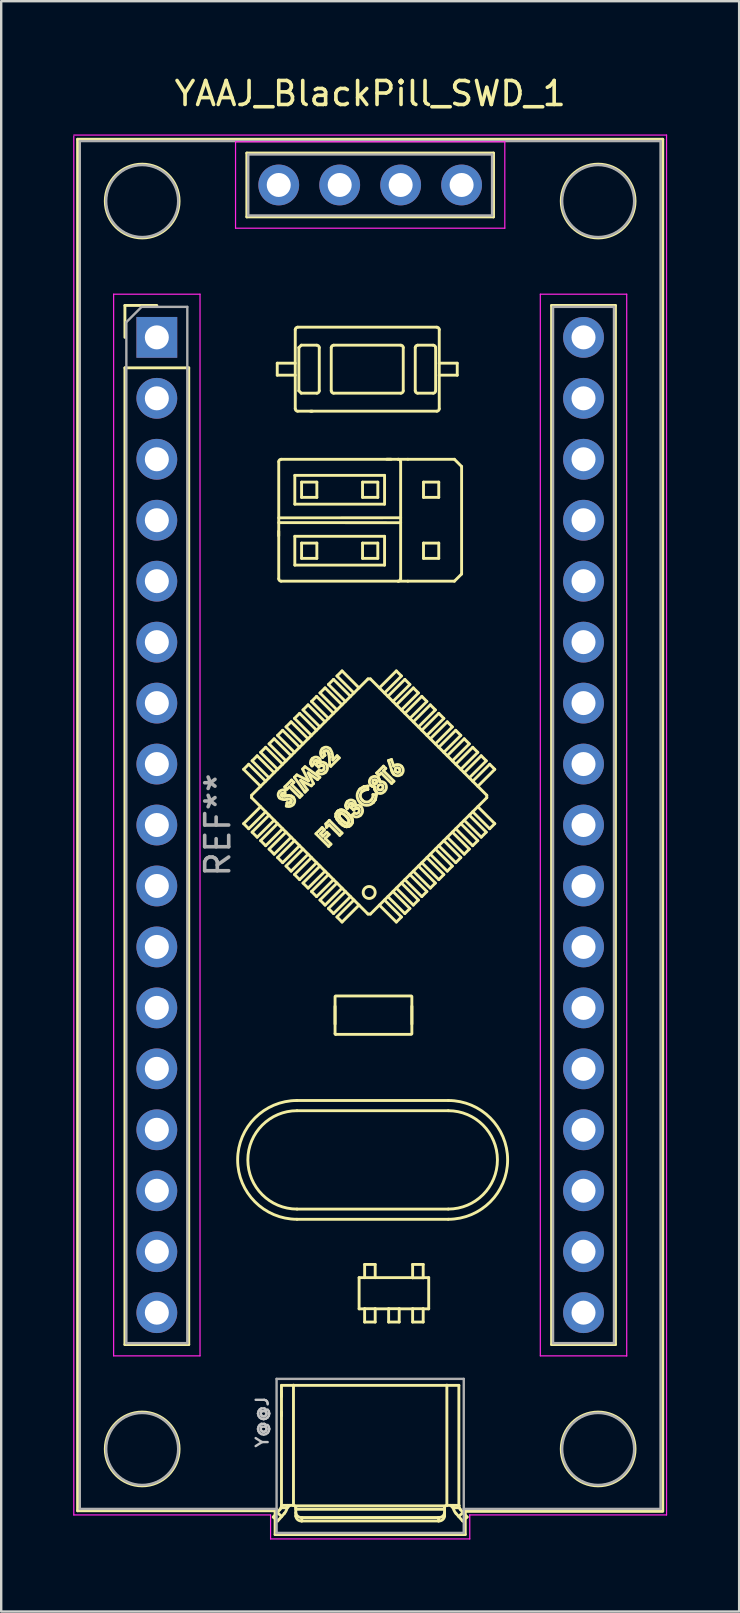
<source format=kicad_pcb>
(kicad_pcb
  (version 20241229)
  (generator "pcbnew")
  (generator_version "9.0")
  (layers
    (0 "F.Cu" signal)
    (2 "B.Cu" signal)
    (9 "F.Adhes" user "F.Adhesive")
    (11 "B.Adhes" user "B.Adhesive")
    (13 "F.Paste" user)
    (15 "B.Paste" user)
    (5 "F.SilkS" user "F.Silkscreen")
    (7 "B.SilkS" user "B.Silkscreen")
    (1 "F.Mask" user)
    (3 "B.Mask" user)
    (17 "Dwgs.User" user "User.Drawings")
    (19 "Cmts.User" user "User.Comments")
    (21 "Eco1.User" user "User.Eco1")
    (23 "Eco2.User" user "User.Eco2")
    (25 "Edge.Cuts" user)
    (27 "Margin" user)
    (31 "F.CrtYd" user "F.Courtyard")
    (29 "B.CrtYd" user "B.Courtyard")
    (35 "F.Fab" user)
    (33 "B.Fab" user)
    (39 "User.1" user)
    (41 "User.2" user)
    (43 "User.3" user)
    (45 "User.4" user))
  (footprint "YAAJ_BlackPill_SWD_1"
    (layer "F.Cu")
    (at 3.485 11.008)
    (property "Reference" "YAAJ_BlackPill_SWD_1" (at 8.89 -10.16 0) (layer "F.SilkS") (effects (font (size 1 1) (thickness 0.15))))
    (attr through_hole)
    (fp_line (start -3.302 -8.255) (end 21.082 -8.255) (stroke (width 0.12) (type solid)) (layer "F.SilkS"))
    (fp_line (start -3.302 48.895) (end -3.302 -8.255) (stroke (width 0.12) (type solid)) (layer "F.SilkS"))
    (fp_line (start -3.302 48.895) (end 4.928 48.895) (stroke (width 0.12) (type solid)) (layer "F.SilkS"))
    (fp_line (start -1.33 -1.33) (end -1.33 0) (stroke (width 0.12) (type solid)) (layer "F.SilkS"))
    (fp_line (start -1.33 -1.33) (end 0 -1.33) (stroke (width 0.12) (type solid)) (layer "F.SilkS"))
    (fp_line (start -1.33 1.27) (end -1.33 41.97) (stroke (width 0.12) (type solid)) (layer "F.SilkS"))
    (fp_line (start -1.33 1.27) (end 1.33 1.27) (stroke (width 0.12) (type solid)) (layer "F.SilkS"))
    (fp_line (start 1.33 1.27) (end 1.33 41.97) (stroke (width 0.12) (type solid)) (layer "F.SilkS"))
    (fp_line (start 1.33 41.97) (end -1.33 41.97) (stroke (width 0.12) (type solid)) (layer "F.SilkS"))
    (fp_line (start 3.617 18) (end 4.324 18.707) (stroke (width 0.12) (type solid)) (layer "F.SilkS"))
    (fp_line (start 3.617 20.263) (end 4.324 19.556) (stroke (width 0.12) (type solid)) (layer "F.SilkS"))
    (fp_line (start 3.75 -7.68) (end 3.75 -5.02) (stroke (width 0.12) (type solid)) (layer "F.SilkS"))
    (fp_line (start 3.75 -5.02) (end 14.03 -5.02) (stroke (width 0.12) (type solid)) (layer "F.SilkS"))
    (fp_line (start 3.829 17.788) (end 3.617 18) (stroke (width 0.12) (type solid)) (layer "F.SilkS"))
    (fp_line (start 3.829 17.788) (end 4.536 18.495) (stroke (width 0.12) (type solid)) (layer "F.SilkS"))
    (fp_line (start 3.829 20.475) (end 3.617 20.263) (stroke (width 0.12) (type solid)) (layer "F.SilkS"))
    (fp_line (start 3.829 20.475) (end 4.536 19.768) (stroke (width 0.12) (type solid)) (layer "F.SilkS"))
    (fp_line (start 3.949 19.081) (end 8.799 14.232) (stroke (width 0.12) (type solid)) (layer "F.SilkS"))
    (fp_line (start 3.949 19.181) (end 3.949 19.081) (stroke (width 0.12) (type solid)) (layer "F.SilkS"))
    (fp_line (start 3.97 17.646) (end 4.677 18.354) (stroke (width 0.12) (type solid)) (layer "F.SilkS"))
    (fp_line (start 3.97 20.616) (end 4.677 19.909) (stroke (width 0.12) (type solid)) (layer "F.SilkS"))
    (fp_line (start 4.182 17.434) (end 3.97 17.646) (stroke (width 0.12) (type solid)) (layer "F.SilkS"))
    (fp_line (start 4.182 17.434) (end 4.889 18.141) (stroke (width 0.12) (type solid)) (layer "F.SilkS"))
    (fp_line (start 4.182 20.828) (end 3.97 20.616) (stroke (width 0.12) (type solid)) (layer "F.SilkS"))
    (fp_line (start 4.182 20.828) (end 4.889 20.121) (stroke (width 0.12) (type solid)) (layer "F.SilkS"))
    (fp_line (start 4.324 17.293) (end 5.031 18) (stroke (width 0.12) (type solid)) (layer "F.SilkS"))
    (fp_line (start 4.324 20.97) (end 5.031 20.263) (stroke (width 0.12) (type solid)) (layer "F.SilkS"))
    (fp_line (start 4.536 17.081) (end 4.324 17.293) (stroke (width 0.12) (type solid)) (layer "F.SilkS"))
    (fp_line (start 4.536 17.081) (end 5.243 17.788) (stroke (width 0.12) (type solid)) (layer "F.SilkS"))
    (fp_line (start 4.536 21.182) (end 4.324 20.97) (stroke (width 0.12) (type solid)) (layer "F.SilkS"))
    (fp_line (start 4.536 21.182) (end 5.243 20.475) (stroke (width 0.12) (type solid)) (layer "F.SilkS"))
    (fp_line (start 4.677 16.939) (end 5.384 17.646) (stroke (width 0.12) (type solid)) (layer "F.SilkS"))
    (fp_line (start 4.677 21.323) (end 5.384 20.616) (stroke (width 0.12) (type solid)) (layer "F.SilkS"))
    (fp_line (start 4.853 49.157) (end 5.131 48.841) (stroke (width 0.12) (type solid)) (layer "F.SilkS"))
    (fp_line (start 4.889 16.727) (end 4.677 16.939) (stroke (width 0.12) (type solid)) (layer "F.SilkS"))
    (fp_line (start 4.889 16.727) (end 5.596 17.434) (stroke (width 0.12) (type solid)) (layer "F.SilkS"))
    (fp_line (start 4.889 21.536) (end 4.677 21.323) (stroke (width 0.12) (type solid)) (layer "F.SilkS"))
    (fp_line (start 4.889 21.536) (end 5.596 20.828) (stroke (width 0.12) (type solid)) (layer "F.SilkS"))
    (fp_line (start 4.928 48.895) (end 4.928 49.886) (stroke (width 0.12) (type solid)) (layer "F.SilkS"))
    (fp_line (start 4.928 49.886) (end 12.852 49.886) (stroke (width 0.12) (type solid)) (layer "F.SilkS"))
    (fp_line (start 5.018 48.97) (end 5.203 49.132) (stroke (width 0.12) (type solid)) (layer "F.SilkS"))
    (fp_line (start 5.018 1.576) (end 5.018 1.076) (stroke (width 0.12) (type solid)) (layer "F.SilkS"))
    (fp_line (start 5.031 16.586) (end 5.738 17.293) (stroke (width 0.12) (type solid)) (layer "F.SilkS"))
    (fp_line (start 5.031 21.677) (end 5.738 20.97) (stroke (width 0.12) (type solid)) (layer "F.SilkS"))
    (fp_line (start 5.037 49.32) (end 4.853 49.157) (stroke (width 0.12) (type solid)) (layer "F.SilkS"))
    (fp_line (start 5.079 8.079) (end 5.079 8.268) (stroke (width 0.12) (type solid)) (layer "F.SilkS"))
    (fp_line (start 5.08 7.52) (end 10.16 7.518) (stroke (width 0.12) (type solid)) (layer "F.SilkS"))
    (fp_line (start 5.08 10.06) (end 5.08 5.18) (stroke (width 0.12) (type solid)) (layer "F.SilkS"))
    (fp_line (start 5.18 5.08) (end 10.06 5.08) (stroke (width 0.12) (type solid)) (layer "F.SilkS"))
    (fp_line (start 5.193 43.91) (end 5.193 44.137) (stroke (width 0.12) (type solid)) (layer "F.SilkS"))
    (fp_line (start 5.193 44.785) (end 5.193 44.826) (stroke (width 0.12) (type solid)) (layer "F.SilkS"))
    (fp_line (start 5.193 44.885) (end 5.193 44.939) (stroke (width 0.12) (type solid)) (layer "F.SilkS"))
    (fp_line (start 5.194 48.678) (end 5.199 48.67) (stroke (width 0.12) (type solid)) (layer "F.SilkS"))
    (fp_line (start 5.194 43.67) (end 12.586 43.67) (stroke (width 0.12) (type solid)) (layer "F.SilkS"))
    (fp_line (start 5.194 48.676) (end 5.194 48.678) (stroke (width 0.12) (type solid)) (layer "F.SilkS"))
    (fp_line (start 5.194 48.676) (end 5.194 43.67) (stroke (width 0.12) (type solid)) (layer "F.SilkS"))
    (fp_line (start 5.199 48.67) (end 5.2 48.67) (stroke (width 0.12) (type solid)) (layer "F.SilkS"))
    (fp_line (start 5.2 48.67) (end 5.69 48.67) (stroke (width 0.12) (type solid)) (layer "F.SilkS"))
    (fp_line (start 5.202 19.093) (end 5.22 19.105) (stroke (width 0.12) (type solid)) (layer "F.SilkS"))
    (fp_line (start 5.202 19.093) (end 5.22 19.105) (stroke (width 0.12) (type solid)) (layer "F.SilkS"))
    (fp_line (start 5.22 19.105) (end 5.237 19.109) (stroke (width 0.12) (type solid)) (layer "F.SilkS"))
    (fp_line (start 5.22 19.105) (end 5.237 19.109) (stroke (width 0.12) (type solid)) (layer "F.SilkS"))
    (fp_line (start 5.237 19.109) (end 5.315 19.109) (stroke (width 0.12) (type solid)) (layer "F.SilkS"))
    (fp_line (start 5.237 19.109) (end 5.315 19.109) (stroke (width 0.12) (type solid)) (layer "F.SilkS"))
    (fp_line (start 5.243 16.374) (end 5.031 16.586) (stroke (width 0.12) (type solid)) (layer "F.SilkS"))
    (fp_line (start 5.243 16.374) (end 5.95 17.081) (stroke (width 0.12) (type solid)) (layer "F.SilkS"))
    (fp_line (start 5.243 21.889) (end 5.031 21.677) (stroke (width 0.12) (type solid)) (layer "F.SilkS"))
    (fp_line (start 5.243 21.889) (end 5.95 21.182) (stroke (width 0.12) (type solid)) (layer "F.SilkS"))
    (fp_line (start 5.315 49.005) (end 5.037 49.32) (stroke (width 0.12) (type solid)) (layer "F.SilkS"))
    (fp_line (start 5.315 19.109) (end 5.377 19.106) (stroke (width 0.12) (type solid)) (layer "F.SilkS"))
    (fp_line (start 5.315 19.109) (end 5.377 19.106) (stroke (width 0.12) (type solid)) (layer "F.SilkS"))
    (fp_line (start 5.331 18.732) (end 5.616 18.446) (stroke (width 0.12) (type solid)) (layer "F.SilkS"))
    (fp_line (start 5.347 18.857) (end 5.341 18.993) (stroke (width 0.12) (type solid)) (layer "F.SilkS"))
    (fp_line (start 5.377 19.106) (end 5.45 19.101) (stroke (width 0.12) (type solid)) (layer "F.SilkS"))
    (fp_line (start 5.377 19.106) (end 5.45 19.101) (stroke (width 0.12) (type solid)) (layer "F.SilkS"))
    (fp_line (start 5.384 16.232) (end 6.091 16.939) (stroke (width 0.12) (type solid)) (layer "F.SilkS"))
    (fp_line (start 5.384 22.03) (end 6.091 21.323) (stroke (width 0.12) (type solid)) (layer "F.SilkS"))
    (fp_line (start 5.395 19.53) (end 5.428 19.396) (stroke (width 0.12) (type solid)) (layer "F.SilkS"))
    (fp_line (start 5.426 18.827) (end 5.331 18.732) (stroke (width 0.12) (type solid)) (layer "F.SilkS"))
    (fp_line (start 5.428 19.396) (end 5.519 19.407) (stroke (width 0.12) (type solid)) (layer "F.SilkS"))
    (fp_line (start 5.428 19.396) (end 5.519 19.407) (stroke (width 0.12) (type solid)) (layer "F.SilkS"))
    (fp_line (start 5.428 48.782) (end 5.54 48.67) (stroke (width 0.12) (type solid)) (layer "F.SilkS"))
    (fp_line (start 5.431 48.77) (end 5.175 48.77) (stroke (width 0.12) (type solid)) (layer "F.SilkS"))
    (fp_line (start 5.44 48.67) (end 5.44 48.674) (stroke (width 0.12) (type solid)) (layer "F.SilkS"))
    (fp_line (start 5.45 19.101) (end 5.507 19.099) (stroke (width 0.12) (type solid)) (layer "F.SilkS"))
    (fp_line (start 5.45 19.101) (end 5.507 19.099) (stroke (width 0.12) (type solid)) (layer "F.SilkS"))
    (fp_line (start 5.507 19.099) (end 5.613 19.118) (stroke (width 0.12) (type solid)) (layer "F.SilkS"))
    (fp_line (start 5.507 19.099) (end 5.613 19.118) (stroke (width 0.12) (type solid)) (layer "F.SilkS"))
    (fp_line (start 5.519 19.407) (end 5.554 19.397) (stroke (width 0.12) (type solid)) (layer "F.SilkS"))
    (fp_line (start 5.519 19.407) (end 5.554 19.397) (stroke (width 0.12) (type solid)) (layer "F.SilkS"))
    (fp_line (start 5.521 18.732) (end 5.426 18.827) (stroke (width 0.12) (type solid)) (layer "F.SilkS"))
    (fp_line (start 5.554 19.397) (end 5.583 19.377) (stroke (width 0.12) (type solid)) (layer "F.SilkS"))
    (fp_line (start 5.554 19.397) (end 5.583 19.377) (stroke (width 0.12) (type solid)) (layer "F.SilkS"))
    (fp_line (start 5.596 16.02) (end 5.384 16.232) (stroke (width 0.12) (type solid)) (layer "F.SilkS"))
    (fp_line (start 5.596 16.02) (end 6.304 16.727) (stroke (width 0.12) (type solid)) (layer "F.SilkS"))
    (fp_line (start 5.596 22.243) (end 5.384 22.03) (stroke (width 0.12) (type solid)) (layer "F.SilkS"))
    (fp_line (start 5.596 22.243) (end 6.304 21.536) (stroke (width 0.12) (type solid)) (layer "F.SilkS"))
    (fp_line (start 5.613 19.118) (end 5.683 19.166) (stroke (width 0.12) (type solid)) (layer "F.SilkS"))
    (fp_line (start 5.613 19.118) (end 5.683 19.166) (stroke (width 0.12) (type solid)) (layer "F.SilkS"))
    (fp_line (start 5.616 18.446) (end 5.712 18.541) (stroke (width 0.12) (type solid)) (layer "F.SilkS"))
    (fp_line (start 5.616 18.637) (end 6.052 19.072) (stroke (width 0.12) (type solid)) (layer "F.SilkS"))
    (fp_line (start 5.69 48.67) (end 5.694 48.67) (stroke (width 0.12) (type solid)) (layer "F.SilkS"))
    (fp_line (start 5.694 48.67) (end 5.694 43.66) (stroke (width 0.12) (type solid)) (layer "F.SilkS"))
    (fp_line (start 5.712 18.541) (end 5.616 18.637) (stroke (width 0.12) (type solid)) (layer "F.SilkS"))
    (fp_line (start 5.733 18.329) (end 5.832 18.231) (stroke (width 0.12) (type solid)) (layer "F.SilkS"))
    (fp_line (start 5.738 15.879) (end 6.445 16.586) (stroke (width 0.12) (type solid)) (layer "F.SilkS"))
    (fp_line (start 5.738 22.384) (end 6.445 21.677) (stroke (width 0.12) (type solid)) (layer "F.SilkS"))
    (fp_line (start 5.75 5.75) (end 9.49 5.75) (stroke (width 0.12) (type solid)) (layer "F.SilkS"))
    (fp_line (start 5.75 6.95) (end 5.75 5.75) (stroke (width 0.12) (type solid)) (layer "F.SilkS"))
    (fp_line (start 5.75 8.29) (end 9.49 8.29) (stroke (width 0.12) (type solid)) (layer "F.SilkS"))
    (fp_line (start 5.75 9.49) (end 5.75 8.29) (stroke (width 0.12) (type solid)) (layer "F.SilkS"))
    (fp_line (start 5.752 48.691) (end 12.028 48.691) (stroke (width 0.12) (type solid)) (layer "F.SilkS"))
    (fp_line (start 5.768 -0.324) (end 5.768 2.976) (stroke (width 0.12) (type solid)) (layer "F.SilkS"))
    (fp_line (start 5.768 1.076) (end 5.018 1.076) (stroke (width 0.12) (type solid)) (layer "F.SilkS"))
    (fp_line (start 5.768 1.576) (end 5.018 1.576) (stroke (width 0.12) (type solid)) (layer "F.SilkS"))
    (fp_line (start 5.79 49.115) (end 5.79 48.77) (stroke (width 0.12) (type solid)) (layer "F.SilkS"))
    (fp_line (start 5.832 18.231) (end 6.323 18.48) (stroke (width 0.12) (type solid)) (layer "F.SilkS"))
    (fp_line (start 5.843 32.224) (end 12.143 32.224) (stroke (width 0.12) (type solid)) (layer "F.SilkS"))
    (fp_line (start 5.843 36.749) (end 12.143 36.749) (stroke (width 0.12) (type solid)) (layer "F.SilkS"))
    (fp_line (start 5.868 3.076) (end 11.668 3.076) (stroke (width 0.12) (type solid)) (layer "F.SilkS"))
    (fp_line (start 5.918 0.426) (end 6.018 0.326) (stroke (width 0.12) (type solid)) (layer "F.SilkS"))
    (fp_line (start 5.918 2.226) (end 5.918 0.426) (stroke (width 0.12) (type solid)) (layer "F.SilkS"))
    (fp_line (start 5.95 15.667) (end 5.738 15.879) (stroke (width 0.12) (type solid)) (layer "F.SilkS"))
    (fp_line (start 5.95 15.667) (end 6.657 16.374) (stroke (width 0.12) (type solid)) (layer "F.SilkS"))
    (fp_line (start 5.95 22.596) (end 5.738 22.384) (stroke (width 0.12) (type solid)) (layer "F.SilkS"))
    (fp_line (start 5.95 22.596) (end 6.657 21.889) (stroke (width 0.12) (type solid)) (layer "F.SilkS"))
    (fp_line (start 5.956 19.167) (end 5.521 18.732) (stroke (width 0.12) (type solid)) (layer "F.SilkS"))
    (fp_line (start 5.992 18.461) (end 6.27 18.853) (stroke (width 0.12) (type solid)) (layer "F.SilkS"))
    (fp_line (start 6.018 0.326) (end 6.668 0.326) (stroke (width 0.12) (type solid)) (layer "F.SilkS"))
    (fp_line (start 6.018 2.326) (end 5.918 2.226) (stroke (width 0.12) (type solid)) (layer "F.SilkS"))
    (fp_line (start 6.032 6.032) (end 6.668 6.032) (stroke (width 0.12) (type solid)) (layer "F.SilkS"))
    (fp_line (start 6.032 6.668) (end 6.032 6.032) (stroke (width 0.12) (type solid)) (layer "F.SilkS"))
    (fp_line (start 6.032 8.572) (end 6.668 8.572) (stroke (width 0.12) (type solid)) (layer "F.SilkS"))
    (fp_line (start 6.032 9.208) (end 6.032 8.572) (stroke (width 0.12) (type solid)) (layer "F.SilkS"))
    (fp_line (start 6.04 49.177) (end 6.04 49.32) (stroke (width 0.12) (type solid)) (layer "F.SilkS"))
    (fp_line (start 6.04 49.177) (end 11.74 49.177) (stroke (width 0.12) (type solid)) (layer "F.SilkS"))
    (fp_line (start 6.04 49.32) (end 11.74 49.32) (stroke (width 0.12) (type solid)) (layer "F.SilkS"))
    (fp_line (start 6.052 19.072) (end 5.956 19.167) (stroke (width 0.12) (type solid)) (layer "F.SilkS"))
    (fp_line (start 6.075 17.988) (end 6.173 17.89) (stroke (width 0.12) (type solid)) (layer "F.SilkS"))
    (fp_line (start 6.091 15.525) (end 6.798 16.232) (stroke (width 0.12) (type solid)) (layer "F.SilkS"))
    (fp_line (start 6.091 22.738) (end 6.798 22.03) (stroke (width 0.12) (type solid)) (layer "F.SilkS"))
    (fp_line (start 6.173 17.89) (end 6.793 18.331) (stroke (width 0.12) (type solid)) (layer "F.SilkS"))
    (fp_line (start 6.174 18.949) (end 5.733 18.329) (stroke (width 0.12) (type solid)) (layer "F.SilkS"))
    (fp_line (start 6.27 18.853) (end 6.174 18.949) (stroke (width 0.12) (type solid)) (layer "F.SilkS"))
    (fp_line (start 6.304 15.313) (end 6.091 15.525) (stroke (width 0.12) (type solid)) (layer "F.SilkS"))
    (fp_line (start 6.304 15.313) (end 7.011 16.02) (stroke (width 0.12) (type solid)) (layer "F.SilkS"))
    (fp_line (start 6.304 22.95) (end 6.091 22.738) (stroke (width 0.12) (type solid)) (layer "F.SilkS"))
    (fp_line (start 6.304 22.95) (end 7.011 22.243) (stroke (width 0.12) (type solid)) (layer "F.SilkS"))
    (fp_line (start 6.305 18.149) (end 6.529 18.594) (stroke (width 0.12) (type solid)) (layer "F.SilkS"))
    (fp_line (start 6.323 18.48) (end 6.075 17.988) (stroke (width 0.12) (type solid)) (layer "F.SilkS"))
    (fp_line (start 6.405 3.077) (end 6.425 3.077) (stroke (width 0.12) (type solid)) (layer "F.SilkS"))
    (fp_line (start 6.414 17.721) (end 6.434 17.62) (stroke (width 0.12) (type solid)) (layer "F.SilkS"))
    (fp_line (start 6.414 17.721) (end 6.434 17.62) (stroke (width 0.12) (type solid)) (layer "F.SilkS"))
    (fp_line (start 6.426 17.784) (end 6.414 17.721) (stroke (width 0.12) (type solid)) (layer "F.SilkS"))
    (fp_line (start 6.426 17.784) (end 6.414 17.721) (stroke (width 0.12) (type solid)) (layer "F.SilkS"))
    (fp_line (start 6.434 17.62) (end 6.481 17.554) (stroke (width 0.12) (type solid)) (layer "F.SilkS"))
    (fp_line (start 6.434 17.62) (end 6.481 17.554) (stroke (width 0.12) (type solid)) (layer "F.SilkS"))
    (fp_line (start 6.437 18.687) (end 5.992 18.461) (stroke (width 0.12) (type solid)) (layer "F.SilkS"))
    (fp_line (start 6.445 15.172) (end 7.152 15.879) (stroke (width 0.12) (type solid)) (layer "F.SilkS"))
    (fp_line (start 6.445 23.091) (end 7.152 22.384) (stroke (width 0.12) (type solid)) (layer "F.SilkS"))
    (fp_line (start 6.455 3.077) (end 6.482 3.077) (stroke (width 0.12) (type solid)) (layer "F.SilkS"))
    (fp_line (start 6.466 17.855) (end 6.426 17.784) (stroke (width 0.12) (type solid)) (layer "F.SilkS"))
    (fp_line (start 6.466 17.855) (end 6.426 17.784) (stroke (width 0.12) (type solid)) (layer "F.SilkS"))
    (fp_line (start 6.529 18.594) (end 6.437 18.687) (stroke (width 0.12) (type solid)) (layer "F.SilkS"))
    (fp_line (start 6.562 17.76) (end 6.466 17.855) (stroke (width 0.12) (type solid)) (layer "F.SilkS"))
    (fp_line (start 6.63 20.683) (end 6.888 20.425) (stroke (width 0.12) (type solid)) (layer "F.SilkS"))
    (fp_line (start 6.643 17.814) (end 6.695 17.735) (stroke (width 0.12) (type solid)) (layer "F.SilkS"))
    (fp_line (start 6.643 17.814) (end 6.695 17.735) (stroke (width 0.12) (type solid)) (layer "F.SilkS"))
    (fp_line (start 6.657 14.959) (end 6.445 15.172) (stroke (width 0.12) (type solid)) (layer "F.SilkS"))
    (fp_line (start 6.657 14.959) (end 7.364 15.667) (stroke (width 0.12) (type solid)) (layer "F.SilkS"))
    (fp_line (start 6.657 23.303) (end 6.445 23.091) (stroke (width 0.12) (type solid)) (layer "F.SilkS"))
    (fp_line (start 6.657 23.303) (end 7.364 22.596) (stroke (width 0.12) (type solid)) (layer "F.SilkS"))
    (fp_line (start 6.668 6.032) (end 6.668 6.668) (stroke (width 0.12) (type solid)) (layer "F.SilkS"))
    (fp_line (start 6.668 6.668) (end 6.032 6.668) (stroke (width 0.12) (type solid)) (layer "F.SilkS"))
    (fp_line (start 6.668 8.572) (end 6.668 9.208) (stroke (width 0.12) (type solid)) (layer "F.SilkS"))
    (fp_line (start 6.668 9.208) (end 6.032 9.208) (stroke (width 0.12) (type solid)) (layer "F.SilkS"))
    (fp_line (start 6.668 2.326) (end 6.018 2.326) (stroke (width 0.12) (type solid)) (layer "F.SilkS"))
    (fp_line (start 6.677 18.12) (end 6.772 18.025) (stroke (width 0.12) (type solid)) (layer "F.SilkS"))
    (fp_line (start 6.693 17.666) (end 6.679 17.646) (stroke (width 0.12) (type solid)) (layer "F.SilkS"))
    (fp_line (start 6.693 17.666) (end 6.679 17.646) (stroke (width 0.12) (type solid)) (layer "F.SilkS"))
    (fp_line (start 6.695 17.735) (end 6.7 17.688) (stroke (width 0.12) (type solid)) (layer "F.SilkS"))
    (fp_line (start 6.695 17.735) (end 6.7 17.688) (stroke (width 0.12) (type solid)) (layer "F.SilkS"))
    (fp_line (start 6.696 18.427) (end 6.305 18.149) (stroke (width 0.12) (type solid)) (layer "F.SilkS"))
    (fp_line (start 6.7 17.688) (end 6.693 17.666) (stroke (width 0.12) (type solid)) (layer "F.SilkS"))
    (fp_line (start 6.7 17.688) (end 6.693 17.666) (stroke (width 0.12) (type solid)) (layer "F.SilkS"))
    (fp_line (start 6.732 17.902) (end 6.643 17.814) (stroke (width 0.12) (type solid)) (layer "F.SilkS"))
    (fp_line (start 6.768 0.426) (end 6.768 2.226) (stroke (width 0.12) (type solid)) (layer "F.SilkS"))
    (fp_line (start 6.793 18.331) (end 6.696 18.427) (stroke (width 0.12) (type solid)) (layer "F.SilkS"))
    (fp_line (start 6.798 14.818) (end 7.506 15.525) (stroke (width 0.12) (type solid)) (layer "F.SilkS"))
    (fp_line (start 6.798 23.445) (end 7.506 22.738) (stroke (width 0.12) (type solid)) (layer "F.SilkS"))
    (fp_line (start 6.82 20.683) (end 6.922 20.785) (stroke (width 0.12) (type solid)) (layer "F.SilkS"))
    (fp_line (start 6.833 17.836) (end 6.732 17.902) (stroke (width 0.12) (type solid)) (layer "F.SilkS"))
    (fp_line (start 6.833 17.836) (end 6.732 17.902) (stroke (width 0.12) (type solid)) (layer "F.SilkS"))
    (fp_line (start 6.888 20.425) (end 6.983 20.52) (stroke (width 0.12) (type solid)) (layer "F.SilkS"))
    (fp_line (start 6.893 17.832) (end 6.833 17.836) (stroke (width 0.12) (type solid)) (layer "F.SilkS"))
    (fp_line (start 6.893 17.832) (end 6.833 17.836) (stroke (width 0.12) (type solid)) (layer "F.SilkS"))
    (fp_line (start 6.922 20.785) (end 7.085 20.622) (stroke (width 0.12) (type solid)) (layer "F.SilkS"))
    (fp_line (start 6.922 17.841) (end 6.893 17.832) (stroke (width 0.12) (type solid)) (layer "F.SilkS"))
    (fp_line (start 6.922 17.841) (end 6.893 17.832) (stroke (width 0.12) (type solid)) (layer "F.SilkS"))
    (fp_line (start 6.946 17.859) (end 6.922 17.841) (stroke (width 0.12) (type solid)) (layer "F.SilkS"))
    (fp_line (start 6.946 17.859) (end 6.922 17.841) (stroke (width 0.12) (type solid)) (layer "F.SilkS"))
    (fp_line (start 6.957 17.29) (end 6.96 17.343) (stroke (width 0.12) (type solid)) (layer "F.SilkS"))
    (fp_line (start 6.957 17.29) (end 6.96 17.343) (stroke (width 0.12) (type solid)) (layer "F.SilkS"))
    (fp_line (start 6.96 17.343) (end 7.003 17.413) (stroke (width 0.12) (type solid)) (layer "F.SilkS"))
    (fp_line (start 6.96 17.343) (end 7.003 17.413) (stroke (width 0.12) (type solid)) (layer "F.SilkS"))
    (fp_line (start 6.982 17.244) (end 6.957 17.29) (stroke (width 0.12) (type solid)) (layer "F.SilkS"))
    (fp_line (start 6.982 17.244) (end 6.957 17.29) (stroke (width 0.12) (type solid)) (layer "F.SilkS"))
    (fp_line (start 6.983 20.52) (end 6.82 20.683) (stroke (width 0.12) (type solid)) (layer "F.SilkS"))
    (fp_line (start 7.003 17.413) (end 6.908 17.508) (stroke (width 0.12) (type solid)) (layer "F.SilkS"))
    (fp_line (start 7.011 14.606) (end 6.798 14.818) (stroke (width 0.12) (type solid)) (layer "F.SilkS"))
    (fp_line (start 7.011 14.606) (end 7.718 15.313) (stroke (width 0.12) (type solid)) (layer "F.SilkS"))
    (fp_line (start 7.011 23.657) (end 6.798 23.445) (stroke (width 0.12) (type solid)) (layer "F.SilkS"))
    (fp_line (start 7.011 23.657) (end 7.718 22.95) (stroke (width 0.12) (type solid)) (layer "F.SilkS"))
    (fp_line (start 7.017 20.88) (end 7.255 21.118) (stroke (width 0.12) (type solid)) (layer "F.SilkS"))
    (fp_line (start 7.04 20.273) (end 7.187 20.126) (stroke (width 0.12) (type solid)) (layer "F.SilkS"))
    (fp_line (start 7.071 20.418) (end 7.04 20.273) (stroke (width 0.12) (type solid)) (layer "F.SilkS"))
    (fp_line (start 7.085 20.622) (end 7.18 20.717) (stroke (width 0.12) (type solid)) (layer "F.SilkS"))
    (fp_line (start 7.152 14.464) (end 7.859 15.172) (stroke (width 0.12) (type solid)) (layer "F.SilkS"))
    (fp_line (start 7.152 23.798) (end 7.859 23.091) (stroke (width 0.12) (type solid)) (layer "F.SilkS"))
    (fp_line (start 7.16 21.213) (end 6.63 20.683) (stroke (width 0.12) (type solid)) (layer "F.SilkS"))
    (fp_line (start 7.175 17.351) (end 7.122 17.245) (stroke (width 0.12) (type solid)) (layer "F.SilkS"))
    (fp_line (start 7.175 17.351) (end 7.122 17.245) (stroke (width 0.12) (type solid)) (layer "F.SilkS"))
    (fp_line (start 7.18 20.309) (end 7.071 20.418) (stroke (width 0.12) (type solid)) (layer "F.SilkS"))
    (fp_line (start 7.18 20.717) (end 7.017 20.88) (stroke (width 0.12) (type solid)) (layer "F.SilkS"))
    (fp_line (start 7.187 20.126) (end 7.717 20.656) (stroke (width 0.12) (type solid)) (layer "F.SilkS"))
    (fp_line (start 7.19 17.503) (end 7.175 17.351) (stroke (width 0.12) (type solid)) (layer "F.SilkS"))
    (fp_line (start 7.19 17.503) (end 7.175 17.351) (stroke (width 0.12) (type solid)) (layer "F.SilkS"))
    (fp_line (start 7.2 17.827) (end 7.19 17.503) (stroke (width 0.12) (type solid)) (layer "F.SilkS"))
    (fp_line (start 7.248 17.875) (end 7.2 17.827) (stroke (width 0.12) (type solid)) (layer "F.SilkS"))
    (fp_line (start 7.255 21.118) (end 7.16 21.213) (stroke (width 0.12) (type solid)) (layer "F.SilkS"))
    (fp_line (start 7.268 2.226) (end 7.268 0.426) (stroke (width 0.12) (type solid)) (layer "F.SilkS"))
    (fp_line (start 7.327 17.493) (end 7.335 17.612) (stroke (width 0.12) (type solid)) (layer "F.SilkS"))
    (fp_line (start 7.335 17.612) (end 7.513 17.433) (stroke (width 0.12) (type solid)) (layer "F.SilkS"))
    (fp_line (start 7.364 14.252) (end 7.152 14.464) (stroke (width 0.12) (type solid)) (layer "F.SilkS"))
    (fp_line (start 7.364 14.252) (end 8.071 14.959) (stroke (width 0.12) (type solid)) (layer "F.SilkS"))
    (fp_line (start 7.364 24.01) (end 7.152 23.798) (stroke (width 0.12) (type solid)) (layer "F.SilkS"))
    (fp_line (start 7.364 24.01) (end 8.071 23.303) (stroke (width 0.12) (type solid)) (layer "F.SilkS"))
    (fp_line (start 7.368 0.326) (end 10.168 0.326) (stroke (width 0.12) (type solid)) (layer "F.SilkS"))
    (fp_line (start 7.426 28.611) (end 7.426 27.874) (stroke (width 0.12) (type solid)) (layer "F.SilkS"))
    (fp_line (start 7.427 29.018) (end 7.427 27.468) (stroke (width 0.12) (type solid)) (layer "F.SilkS"))
    (fp_line (start 7.452 27.443) (end 10.602 27.443) (stroke (width 0.12) (type solid)) (layer "F.SilkS"))
    (fp_line (start 7.459 19.971) (end 7.467 19.846) (stroke (width 0.12) (type solid)) (layer "F.SilkS"))
    (fp_line (start 7.459 19.971) (end 7.467 19.846) (stroke (width 0.12) (type solid)) (layer "F.SilkS"))
    (fp_line (start 7.467 19.846) (end 7.522 19.763) (stroke (width 0.12) (type solid)) (layer "F.SilkS"))
    (fp_line (start 7.467 19.846) (end 7.522 19.763) (stroke (width 0.12) (type solid)) (layer "F.SilkS"))
    (fp_line (start 7.506 14.111) (end 8.213 14.818) (stroke (width 0.12) (type solid)) (layer "F.SilkS"))
    (fp_line (start 7.506 24.152) (end 8.213 23.445) (stroke (width 0.12) (type solid)) (layer "F.SilkS"))
    (fp_line (start 7.513 17.433) (end 7.602 17.522) (stroke (width 0.12) (type solid)) (layer "F.SilkS"))
    (fp_line (start 7.515 20.094) (end 7.459 19.971) (stroke (width 0.12) (type solid)) (layer "F.SilkS"))
    (fp_line (start 7.515 20.094) (end 7.459 19.971) (stroke (width 0.12) (type solid)) (layer "F.SilkS"))
    (fp_line (start 7.522 19.763) (end 7.574 19.722) (stroke (width 0.12) (type solid)) (layer "F.SilkS"))
    (fp_line (start 7.522 19.763) (end 7.574 19.722) (stroke (width 0.12) (type solid)) (layer "F.SilkS"))
    (fp_line (start 7.574 19.722) (end 7.636 19.698) (stroke (width 0.12) (type solid)) (layer "F.SilkS"))
    (fp_line (start 7.574 19.722) (end 7.636 19.698) (stroke (width 0.12) (type solid)) (layer "F.SilkS"))
    (fp_line (start 7.591 19.93) (end 7.618 20.007) (stroke (width 0.12) (type solid)) (layer "F.SilkS"))
    (fp_line (start 7.591 19.93) (end 7.618 20.007) (stroke (width 0.12) (type solid)) (layer "F.SilkS"))
    (fp_line (start 7.597 19.89) (end 7.591 19.93) (stroke (width 0.12) (type solid)) (layer "F.SilkS"))
    (fp_line (start 7.597 19.89) (end 7.591 19.93) (stroke (width 0.12) (type solid)) (layer "F.SilkS"))
    (fp_line (start 7.602 17.522) (end 7.248 17.875) (stroke (width 0.12) (type solid)) (layer "F.SilkS"))
    (fp_line (start 7.618 20.007) (end 7.724 20.132) (stroke (width 0.12) (type solid)) (layer "F.SilkS"))
    (fp_line (start 7.618 20.007) (end 7.724 20.132) (stroke (width 0.12) (type solid)) (layer "F.SilkS"))
    (fp_line (start 7.62 19.856) (end 7.597 19.89) (stroke (width 0.12) (type solid)) (layer "F.SilkS"))
    (fp_line (start 7.62 19.856) (end 7.597 19.89) (stroke (width 0.12) (type solid)) (layer "F.SilkS"))
    (fp_line (start 7.622 20.751) (end 7.18 20.309) (stroke (width 0.12) (type solid)) (layer "F.SilkS"))
    (fp_line (start 7.627 20.226) (end 7.515 20.094) (stroke (width 0.12) (type solid)) (layer "F.SilkS"))
    (fp_line (start 7.627 20.226) (end 7.515 20.094) (stroke (width 0.12) (type solid)) (layer "F.SilkS"))
    (fp_line (start 7.636 19.698) (end 7.702 19.693) (stroke (width 0.12) (type solid)) (layer "F.SilkS"))
    (fp_line (start 7.636 19.698) (end 7.702 19.693) (stroke (width 0.12) (type solid)) (layer "F.SilkS"))
    (fp_line (start 7.653 19.835) (end 7.62 19.856) (stroke (width 0.12) (type solid)) (layer "F.SilkS"))
    (fp_line (start 7.692 19.831) (end 7.653 19.835) (stroke (width 0.12) (type solid)) (layer "F.SilkS"))
    (fp_line (start 7.702 19.693) (end 7.767 19.707) (stroke (width 0.12) (type solid)) (layer "F.SilkS"))
    (fp_line (start 7.702 19.693) (end 7.767 19.707) (stroke (width 0.12) (type solid)) (layer "F.SilkS"))
    (fp_line (start 7.717 20.656) (end 7.622 20.751) (stroke (width 0.12) (type solid)) (layer "F.SilkS"))
    (fp_line (start 7.718 13.899) (end 7.506 14.111) (stroke (width 0.12) (type solid)) (layer "F.SilkS"))
    (fp_line (start 7.718 13.899) (end 8.425 14.606) (stroke (width 0.12) (type solid)) (layer "F.SilkS"))
    (fp_line (start 7.718 24.364) (end 7.506 24.152) (stroke (width 0.12) (type solid)) (layer "F.SilkS"))
    (fp_line (start 7.718 24.364) (end 8.425 23.657) (stroke (width 0.12) (type solid)) (layer "F.SilkS"))
    (fp_line (start 7.724 20.132) (end 7.843 20.229) (stroke (width 0.12) (type solid)) (layer "F.SilkS"))
    (fp_line (start 7.724 20.132) (end 7.843 20.229) (stroke (width 0.12) (type solid)) (layer "F.SilkS"))
    (fp_line (start 7.726 20.313) (end 7.627 20.226) (stroke (width 0.12) (type solid)) (layer "F.SilkS"))
    (fp_line (start 7.726 20.313) (end 7.627 20.226) (stroke (width 0.12) (type solid)) (layer "F.SilkS"))
    (fp_line (start 7.766 19.855) (end 7.692 19.831) (stroke (width 0.12) (type solid)) (layer "F.SilkS"))
    (fp_line (start 7.767 19.707) (end 7.883 19.772) (stroke (width 0.12) (type solid)) (layer "F.SilkS"))
    (fp_line (start 7.767 19.707) (end 7.883 19.772) (stroke (width 0.12) (type solid)) (layer "F.SilkS"))
    (fp_line (start 7.841 20.377) (end 7.726 20.313) (stroke (width 0.12) (type solid)) (layer "F.SilkS"))
    (fp_line (start 7.841 20.377) (end 7.726 20.313) (stroke (width 0.12) (type solid)) (layer "F.SilkS"))
    (fp_line (start 7.843 20.229) (end 7.917 20.251) (stroke (width 0.12) (type solid)) (layer "F.SilkS"))
    (fp_line (start 7.843 20.229) (end 7.917 20.251) (stroke (width 0.12) (type solid)) (layer "F.SilkS"))
    (fp_line (start 7.875 19.509) (end 7.896 19.408) (stroke (width 0.12) (type solid)) (layer "F.SilkS"))
    (fp_line (start 7.875 19.509) (end 7.896 19.408) (stroke (width 0.12) (type solid)) (layer "F.SilkS"))
    (fp_line (start 7.883 19.772) (end 7.983 19.861) (stroke (width 0.12) (type solid)) (layer "F.SilkS"))
    (fp_line (start 7.883 19.772) (end 7.983 19.861) (stroke (width 0.12) (type solid)) (layer "F.SilkS"))
    (fp_line (start 7.888 19.956) (end 7.766 19.855) (stroke (width 0.12) (type solid)) (layer "F.SilkS"))
    (fp_line (start 7.888 19.572) (end 7.875 19.509) (stroke (width 0.12) (type solid)) (layer "F.SilkS"))
    (fp_line (start 7.888 19.572) (end 7.875 19.509) (stroke (width 0.12) (type solid)) (layer "F.SilkS"))
    (fp_line (start 7.896 19.408) (end 7.943 19.342) (stroke (width 0.12) (type solid)) (layer "F.SilkS"))
    (fp_line (start 7.896 19.408) (end 7.943 19.342) (stroke (width 0.12) (type solid)) (layer "F.SilkS"))
    (fp_line (start 7.905 20.39) (end 7.841 20.377) (stroke (width 0.12) (type solid)) (layer "F.SilkS"))
    (fp_line (start 7.905 20.39) (end 7.841 20.377) (stroke (width 0.12) (type solid)) (layer "F.SilkS"))
    (fp_line (start 7.917 20.251) (end 7.955 20.245) (stroke (width 0.12) (type solid)) (layer "F.SilkS"))
    (fp_line (start 7.917 20.251) (end 7.955 20.245) (stroke (width 0.12) (type solid)) (layer "F.SilkS"))
    (fp_line (start 7.928 19.643) (end 7.888 19.572) (stroke (width 0.12) (type solid)) (layer "F.SilkS"))
    (fp_line (start 7.928 19.643) (end 7.888 19.572) (stroke (width 0.12) (type solid)) (layer "F.SilkS"))
    (fp_line (start 7.95 20.025) (end 7.888 19.956) (stroke (width 0.12) (type solid)) (layer "F.SilkS"))
    (fp_line (start 7.95 20.025) (end 7.888 19.956) (stroke (width 0.12) (type solid)) (layer "F.SilkS"))
    (fp_line (start 7.955 20.245) (end 7.987 20.223) (stroke (width 0.12) (type solid)) (layer "F.SilkS"))
    (fp_line (start 7.955 20.245) (end 7.987 20.223) (stroke (width 0.12) (type solid)) (layer "F.SilkS"))
    (fp_line (start 7.971 20.385) (end 7.905 20.39) (stroke (width 0.12) (type solid)) (layer "F.SilkS"))
    (fp_line (start 7.971 20.385) (end 7.905 20.39) (stroke (width 0.12) (type solid)) (layer "F.SilkS"))
    (fp_line (start 7.983 19.861) (end 8.071 19.96) (stroke (width 0.12) (type solid)) (layer "F.SilkS"))
    (fp_line (start 7.983 19.861) (end 8.071 19.96) (stroke (width 0.12) (type solid)) (layer "F.SilkS"))
    (fp_line (start 8.008 20.129) (end 7.95 20.025) (stroke (width 0.12) (type solid)) (layer "F.SilkS"))
    (fp_line (start 8.008 20.129) (end 7.95 20.025) (stroke (width 0.12) (type solid)) (layer "F.SilkS"))
    (fp_line (start 8.023 19.548) (end 7.928 19.643) (stroke (width 0.12) (type solid)) (layer "F.SilkS"))
    (fp_line (start 8.031 20.359) (end 7.971 20.385) (stroke (width 0.12) (type solid)) (layer "F.SilkS"))
    (fp_line (start 8.031 20.359) (end 7.971 20.385) (stroke (width 0.12) (type solid)) (layer "F.SilkS"))
    (fp_line (start 8.071 19.96) (end 8.136 20.075) (stroke (width 0.12) (type solid)) (layer "F.SilkS"))
    (fp_line (start 8.071 19.96) (end 8.136 20.075) (stroke (width 0.12) (type solid)) (layer "F.SilkS"))
    (fp_line (start 8.082 20.318) (end 8.031 20.359) (stroke (width 0.12) (type solid)) (layer "F.SilkS"))
    (fp_line (start 8.082 20.318) (end 8.031 20.359) (stroke (width 0.12) (type solid)) (layer "F.SilkS"))
    (fp_line (start 8.105 19.602) (end 8.157 19.523) (stroke (width 0.12) (type solid)) (layer "F.SilkS"))
    (fp_line (start 8.105 19.602) (end 8.157 19.523) (stroke (width 0.12) (type solid)) (layer "F.SilkS"))
    (fp_line (start 8.124 20.266) (end 8.082 20.318) (stroke (width 0.12) (type solid)) (layer "F.SilkS"))
    (fp_line (start 8.124 20.266) (end 8.082 20.318) (stroke (width 0.12) (type solid)) (layer "F.SilkS"))
    (fp_line (start 8.136 20.075) (end 8.151 20.139) (stroke (width 0.12) (type solid)) (layer "F.SilkS"))
    (fp_line (start 8.136 20.075) (end 8.151 20.139) (stroke (width 0.12) (type solid)) (layer "F.SilkS"))
    (fp_line (start 8.139 19.908) (end 8.234 19.813) (stroke (width 0.12) (type solid)) (layer "F.SilkS"))
    (fp_line (start 8.149 20.205) (end 8.124 20.266) (stroke (width 0.12) (type solid)) (layer "F.SilkS"))
    (fp_line (start 8.149 20.205) (end 8.124 20.266) (stroke (width 0.12) (type solid)) (layer "F.SilkS"))
    (fp_line (start 8.151 20.139) (end 8.149 20.205) (stroke (width 0.12) (type solid)) (layer "F.SilkS"))
    (fp_line (start 8.151 20.139) (end 8.149 20.205) (stroke (width 0.12) (type solid)) (layer "F.SilkS"))
    (fp_line (start 8.155 19.454) (end 8.141 19.434) (stroke (width 0.12) (type solid)) (layer "F.SilkS"))
    (fp_line (start 8.155 19.454) (end 8.141 19.434) (stroke (width 0.12) (type solid)) (layer "F.SilkS"))
    (fp_line (start 8.157 19.523) (end 8.162 19.476) (stroke (width 0.12) (type solid)) (layer "F.SilkS"))
    (fp_line (start 8.157 19.523) (end 8.162 19.476) (stroke (width 0.12) (type solid)) (layer "F.SilkS"))
    (fp_line (start 8.162 19.476) (end 8.155 19.454) (stroke (width 0.12) (type solid)) (layer "F.SilkS"))
    (fp_line (start 8.162 19.476) (end 8.155 19.454) (stroke (width 0.12) (type solid)) (layer "F.SilkS"))
    (fp_line (start 8.193 19.69) (end 8.105 19.602) (stroke (width 0.12) (type solid)) (layer "F.SilkS"))
    (fp_line (start 8.295 19.625) (end 8.193 19.69) (stroke (width 0.12) (type solid)) (layer "F.SilkS"))
    (fp_line (start 8.295 19.625) (end 8.193 19.69) (stroke (width 0.12) (type solid)) (layer "F.SilkS"))
    (fp_line (start 8.355 19.62) (end 8.295 19.625) (stroke (width 0.12) (type solid)) (layer "F.SilkS"))
    (fp_line (start 8.355 19.62) (end 8.295 19.625) (stroke (width 0.12) (type solid)) (layer "F.SilkS"))
    (fp_line (start 8.384 19.629) (end 8.355 19.62) (stroke (width 0.12) (type solid)) (layer "F.SilkS"))
    (fp_line (start 8.384 19.629) (end 8.355 19.62) (stroke (width 0.12) (type solid)) (layer "F.SilkS"))
    (fp_line (start 8.408 19.647) (end 8.384 19.629) (stroke (width 0.12) (type solid)) (layer "F.SilkS"))
    (fp_line (start 8.408 19.647) (end 8.384 19.629) (stroke (width 0.12) (type solid)) (layer "F.SilkS"))
    (fp_line (start 8.429 39.181) (end 8.659 39.181) (stroke (width 0.12) (type solid)) (layer "F.SilkS"))
    (fp_line (start 8.429 40.481) (end 8.429 39.181) (stroke (width 0.12) (type solid)) (layer "F.SilkS"))
    (fp_line (start 8.429 40.481) (end 8.659 40.481) (stroke (width 0.12) (type solid)) (layer "F.SilkS"))
    (fp_line (start 8.463 18.822) (end 8.637 18.718) (stroke (width 0.12) (type solid)) (layer "F.SilkS"))
    (fp_line (start 8.463 18.822) (end 8.637 18.718) (stroke (width 0.12) (type solid)) (layer "F.SilkS"))
    (fp_line (start 8.572 6.032) (end 9.208 6.032) (stroke (width 0.12) (type solid)) (layer "F.SilkS"))
    (fp_line (start 8.572 6.668) (end 8.572 6.032) (stroke (width 0.12) (type solid)) (layer "F.SilkS"))
    (fp_line (start 8.572 8.572) (end 9.208 8.572) (stroke (width 0.12) (type solid)) (layer "F.SilkS"))
    (fp_line (start 8.572 9.208) (end 8.572 8.572) (stroke (width 0.12) (type solid)) (layer "F.SilkS"))
    (fp_line (start 8.637 18.718) (end 8.795 18.701) (stroke (width 0.12) (type solid)) (layer "F.SilkS"))
    (fp_line (start 8.637 18.718) (end 8.795 18.701) (stroke (width 0.12) (type solid)) (layer "F.SilkS"))
    (fp_line (start 8.65 18.859) (end 8.555 18.921) (stroke (width 0.12) (type solid)) (layer "F.SilkS"))
    (fp_line (start 8.65 18.859) (end 8.555 18.921) (stroke (width 0.12) (type solid)) (layer "F.SilkS"))
    (fp_line (start 8.659 38.631) (end 8.659 39.181) (stroke (width 0.12) (type solid)) (layer "F.SilkS"))
    (fp_line (start 8.659 38.631) (end 9.099 38.631) (stroke (width 0.12) (type solid)) (layer "F.SilkS"))
    (fp_line (start 8.659 39.181) (end 9.099 39.181) (stroke (width 0.12) (type solid)) (layer "F.SilkS"))
    (fp_line (start 8.659 41.031) (end 8.659 40.476) (stroke (width 0.12) (type solid)) (layer "F.SilkS"))
    (fp_line (start 8.792 18.838) (end 8.65 18.859) (stroke (width 0.12) (type solid)) (layer "F.SilkS"))
    (fp_line (start 8.792 18.838) (end 8.65 18.859) (stroke (width 0.12) (type solid)) (layer "F.SilkS"))
    (fp_line (start 8.795 18.701) (end 8.792 18.838) (stroke (width 0.12) (type solid)) (layer "F.SilkS"))
    (fp_line (start 8.799 24.031) (end 3.949 19.181) (stroke (width 0.12) (type solid)) (layer "F.SilkS"))
    (fp_line (start 8.799 24.031) (end 8.899 24.031) (stroke (width 0.12) (type solid)) (layer "F.SilkS"))
    (fp_line (start 8.899 14.232) (end 8.799 14.232) (stroke (width 0.12) (type solid)) (layer "F.SilkS"))
    (fp_line (start 8.899 14.232) (end 13.749 19.081) (stroke (width 0.12) (type solid)) (layer "F.SilkS"))
    (fp_line (start 8.899 24.031) (end 13.749 19.181) (stroke (width 0.12) (type solid)) (layer "F.SilkS"))
    (fp_line (start 8.981 18.706) (end 8.92 18.663) (stroke (width 0.12) (type solid)) (layer "F.SilkS"))
    (fp_line (start 8.981 18.706) (end 8.92 18.663) (stroke (width 0.12) (type solid)) (layer "F.SilkS"))
    (fp_line (start 9.005 19.051) (end 9.144 19.054) (stroke (width 0.12) (type solid)) (layer "F.SilkS"))
    (fp_line (start 9.074 18.729) (end 8.981 18.706) (stroke (width 0.12) (type solid)) (layer "F.SilkS"))
    (fp_line (start 9.074 18.729) (end 8.981 18.706) (stroke (width 0.12) (type solid)) (layer "F.SilkS"))
    (fp_line (start 9.077 18.828) (end 9.074 18.729) (stroke (width 0.12) (type solid)) (layer "F.SilkS"))
    (fp_line (start 9.077 18.828) (end 9.074 18.729) (stroke (width 0.12) (type solid)) (layer "F.SilkS"))
    (fp_line (start 9.099 38.631) (end 9.099 39.181) (stroke (width 0.12) (type solid)) (layer "F.SilkS"))
    (fp_line (start 9.099 39.181) (end 10.659 39.181) (stroke (width 0.12) (type solid)) (layer "F.SilkS"))
    (fp_line (start 9.099 40.476) (end 8.659 40.476) (stroke (width 0.12) (type solid)) (layer "F.SilkS"))
    (fp_line (start 9.099 40.481) (end 9.659 40.481) (stroke (width 0.12) (type solid)) (layer "F.SilkS"))
    (fp_line (start 9.099 41.031) (end 8.659 41.031) (stroke (width 0.12) (type solid)) (layer "F.SilkS"))
    (fp_line (start 9.099 41.031) (end 9.099 40.476) (stroke (width 0.12) (type solid)) (layer "F.SilkS"))
    (fp_line (start 9.11 19.252) (end 9.019 19.381) (stroke (width 0.12) (type solid)) (layer "F.SilkS"))
    (fp_line (start 9.11 19.252) (end 9.019 19.381) (stroke (width 0.12) (type solid)) (layer "F.SilkS"))
    (fp_line (start 9.139 18.937) (end 9.077 18.828) (stroke (width 0.12) (type solid)) (layer "F.SilkS"))
    (fp_line (start 9.139 18.937) (end 9.077 18.828) (stroke (width 0.12) (type solid)) (layer "F.SilkS"))
    (fp_line (start 9.144 19.054) (end 9.11 19.252) (stroke (width 0.12) (type solid)) (layer "F.SilkS"))
    (fp_line (start 9.144 19.054) (end 9.11 19.252) (stroke (width 0.12) (type solid)) (layer "F.SilkS"))
    (fp_line (start 9.159 18.154) (end 9.444 17.868) (stroke (width 0.12) (type solid)) (layer "F.SilkS"))
    (fp_line (start 9.208 6.032) (end 9.208 6.668) (stroke (width 0.12) (type solid)) (layer "F.SilkS"))
    (fp_line (start 9.208 6.668) (end 8.572 6.668) (stroke (width 0.12) (type solid)) (layer "F.SilkS"))
    (fp_line (start 9.208 8.572) (end 9.208 9.208) (stroke (width 0.12) (type solid)) (layer "F.SilkS"))
    (fp_line (start 9.208 9.208) (end 8.572 9.208) (stroke (width 0.12) (type solid)) (layer "F.SilkS"))
    (fp_line (start 9.227 18.358) (end 9.277 18.439) (stroke (width 0.12) (type solid)) (layer "F.SilkS"))
    (fp_line (start 9.227 18.358) (end 9.277 18.439) (stroke (width 0.12) (type solid)) (layer "F.SilkS"))
    (fp_line (start 9.254 18.249) (end 9.159 18.154) (stroke (width 0.12) (type solid)) (layer "F.SilkS"))
    (fp_line (start 9.277 18.439) (end 9.29 18.512) (stroke (width 0.12) (type solid)) (layer "F.SilkS"))
    (fp_line (start 9.277 18.439) (end 9.29 18.512) (stroke (width 0.12) (type solid)) (layer "F.SilkS"))
    (fp_line (start 9.349 18.154) (end 9.254 18.249) (stroke (width 0.12) (type solid)) (layer "F.SilkS"))
    (fp_line (start 9.444 17.868) (end 9.54 17.963) (stroke (width 0.12) (type solid)) (layer "F.SilkS"))
    (fp_line (start 9.444 18.059) (end 9.88 18.494) (stroke (width 0.12) (type solid)) (layer "F.SilkS"))
    (fp_line (start 9.49 5.75) (end 9.49 6.95) (stroke (width 0.12) (type solid)) (layer "F.SilkS"))
    (fp_line (start 9.49 6.95) (end 5.75 6.95) (stroke (width 0.12) (type solid)) (layer "F.SilkS"))
    (fp_line (start 9.49 8.29) (end 9.49 9.49) (stroke (width 0.12) (type solid)) (layer "F.SilkS"))
    (fp_line (start 9.49 9.49) (end 5.75 9.49) (stroke (width 0.12) (type solid)) (layer "F.SilkS"))
    (fp_line (start 9.54 17.963) (end 9.444 18.059) (stroke (width 0.12) (type solid)) (layer "F.SilkS"))
    (fp_line (start 9.653 17.632) (end 9.78 17.591) (stroke (width 0.12) (type solid)) (layer "F.SilkS"))
    (fp_line (start 9.659 41.031) (end 9.659 40.476) (stroke (width 0.12) (type solid)) (layer "F.SilkS"))
    (fp_line (start 9.768 5.079) (end 9.579 5.079) (stroke (width 0.12) (type solid)) (layer "F.SilkS"))
    (fp_line (start 9.78 17.591) (end 9.869 17.865) (stroke (width 0.12) (type solid)) (layer "F.SilkS"))
    (fp_line (start 9.783 18.032) (end 9.653 17.632) (stroke (width 0.12) (type solid)) (layer "F.SilkS"))
    (fp_line (start 9.784 18.589) (end 9.349 18.154) (stroke (width 0.12) (type solid)) (layer "F.SilkS"))
    (fp_line (start 9.812 18.11) (end 9.783 18.032) (stroke (width 0.12) (type solid)) (layer "F.SilkS"))
    (fp_line (start 9.812 18.11) (end 9.783 18.032) (stroke (width 0.12) (type solid)) (layer "F.SilkS"))
    (fp_line (start 9.87 18.199) (end 9.812 18.11) (stroke (width 0.12) (type solid)) (layer "F.SilkS"))
    (fp_line (start 9.87 18.199) (end 9.812 18.11) (stroke (width 0.12) (type solid)) (layer "F.SilkS"))
    (fp_line (start 9.88 18.494) (end 9.784 18.589) (stroke (width 0.12) (type solid)) (layer "F.SilkS"))
    (fp_line (start 9.98 13.899) (end 9.273 14.606) (stroke (width 0.12) (type solid)) (layer "F.SilkS"))
    (fp_line (start 9.98 24.364) (end 9.273 23.657) (stroke (width 0.12) (type solid)) (layer "F.SilkS"))
    (fp_line (start 10.06 10.16) (end 5.18 10.16) (stroke (width 0.12) (type solid)) (layer "F.SilkS"))
    (fp_line (start 10.06 10.16) (end 10.46 10.16) (stroke (width 0.12) (type solid)) (layer "F.SilkS"))
    (fp_line (start 10.099 40.476) (end 9.659 40.476) (stroke (width 0.12) (type solid)) (layer "F.SilkS"))
    (fp_line (start 10.099 40.481) (end 10.659 40.481) (stroke (width 0.12) (type solid)) (layer "F.SilkS"))
    (fp_line (start 10.099 41.031) (end 9.659 41.031) (stroke (width 0.12) (type solid)) (layer "F.SilkS"))
    (fp_line (start 10.099 41.031) (end 10.099 40.476) (stroke (width 0.12) (type solid)) (layer "F.SilkS"))
    (fp_line (start 10.109 7.722) (end 5.08 7.72) (stroke (width 0.12) (type solid)) (layer "F.SilkS"))
    (fp_line (start 10.16 5.18) (end 10.16 7.72) (stroke (width 0.12) (type solid)) (layer "F.SilkS"))
    (fp_line (start 10.16 7.72) (end 10.16 10.06) (stroke (width 0.12) (type solid)) (layer "F.SilkS"))
    (fp_line (start 10.168 2.326) (end 7.368 2.326) (stroke (width 0.12) (type solid)) (layer "F.SilkS"))
    (fp_line (start 10.193 14.111) (end 9.486 14.818) (stroke (width 0.12) (type solid)) (layer "F.SilkS"))
    (fp_line (start 10.193 14.111) (end 9.98 13.899) (stroke (width 0.12) (type solid)) (layer "F.SilkS"))
    (fp_line (start 10.193 24.152) (end 9.486 23.445) (stroke (width 0.12) (type solid)) (layer "F.SilkS"))
    (fp_line (start 10.193 24.152) (end 9.98 24.364) (stroke (width 0.12) (type solid)) (layer "F.SilkS"))
    (fp_line (start 10.268 0.426) (end 10.268 2.226) (stroke (width 0.12) (type solid)) (layer "F.SilkS"))
    (fp_line (start 10.334 14.252) (end 9.627 14.959) (stroke (width 0.12) (type solid)) (layer "F.SilkS"))
    (fp_line (start 10.334 24.01) (end 9.627 23.303) (stroke (width 0.12) (type solid)) (layer "F.SilkS"))
    (fp_line (start 10.46 5.08) (end 10.06 5.08) (stroke (width 0.12) (type solid)) (layer "F.SilkS"))
    (fp_line (start 10.46 10.16) (end 12.4 10.16) (stroke (width 0.12) (type solid)) (layer "F.SilkS"))
    (fp_line (start 10.546 14.464) (end 9.839 15.172) (stroke (width 0.12) (type solid)) (layer "F.SilkS"))
    (fp_line (start 10.546 14.464) (end 10.334 14.252) (stroke (width 0.12) (type solid)) (layer "F.SilkS"))
    (fp_line (start 10.546 23.798) (end 9.839 23.091) (stroke (width 0.12) (type solid)) (layer "F.SilkS"))
    (fp_line (start 10.546 23.798) (end 10.334 24.01) (stroke (width 0.12) (type solid)) (layer "F.SilkS"))
    (fp_line (start 10.602 29.043) (end 7.452 29.043) (stroke (width 0.12) (type solid)) (layer "F.SilkS"))
    (fp_line (start 10.627 27.468) (end 10.627 29.018) (stroke (width 0.12) (type solid)) (layer "F.SilkS"))
    (fp_line (start 10.628 28.611) (end 10.628 27.874) (stroke (width 0.12) (type solid)) (layer "F.SilkS"))
    (fp_line (start 10.659 38.631) (end 10.659 39.186) (stroke (width 0.12) (type solid)) (layer "F.SilkS"))
    (fp_line (start 10.659 41.031) (end 10.659 40.476) (stroke (width 0.12) (type solid)) (layer "F.SilkS"))
    (fp_line (start 10.688 14.606) (end 9.98 15.313) (stroke (width 0.12) (type solid)) (layer "F.SilkS"))
    (fp_line (start 10.688 23.657) (end 9.98 22.95) (stroke (width 0.12) (type solid)) (layer "F.SilkS"))
    (fp_line (start 10.768 2.226) (end 10.768 0.426) (stroke (width 0.12) (type solid)) (layer "F.SilkS"))
    (fp_line (start 10.868 0.326) (end 11.518 0.326) (stroke (width 0.12) (type solid)) (layer "F.SilkS"))
    (fp_line (start 10.9 14.818) (end 10.193 15.525) (stroke (width 0.12) (type solid)) (layer "F.SilkS"))
    (fp_line (start 10.9 14.818) (end 10.688 14.606) (stroke (width 0.12) (type solid)) (layer "F.SilkS"))
    (fp_line (start 10.9 23.445) (end 10.193 22.738) (stroke (width 0.12) (type solid)) (layer "F.SilkS"))
    (fp_line (start 10.9 23.445) (end 10.688 23.657) (stroke (width 0.12) (type solid)) (layer "F.SilkS"))
    (fp_line (start 11.041 14.959) (end 10.334 15.667) (stroke (width 0.12) (type solid)) (layer "F.SilkS"))
    (fp_line (start 11.041 23.303) (end 10.334 22.596) (stroke (width 0.12) (type solid)) (layer "F.SilkS"))
    (fp_line (start 11.099 38.631) (end 10.659 38.631) (stroke (width 0.12) (type solid)) (layer "F.SilkS"))
    (fp_line (start 11.099 38.631) (end 11.099 39.186) (stroke (width 0.12) (type solid)) (layer "F.SilkS"))
    (fp_line (start 11.099 39.181) (end 11.329 39.181) (stroke (width 0.12) (type solid)) (layer "F.SilkS"))
    (fp_line (start 11.099 39.186) (end 10.659 39.186) (stroke (width 0.12) (type solid)) (layer "F.SilkS"))
    (fp_line (start 11.099 40.476) (end 10.659 40.476) (stroke (width 0.12) (type solid)) (layer "F.SilkS"))
    (fp_line (start 11.099 40.481) (end 11.329 40.481) (stroke (width 0.12) (type solid)) (layer "F.SilkS"))
    (fp_line (start 11.099 41.031) (end 10.659 41.031) (stroke (width 0.12) (type solid)) (layer "F.SilkS"))
    (fp_line (start 11.099 41.031) (end 11.099 40.476) (stroke (width 0.12) (type solid)) (layer "F.SilkS"))
    (fp_line (start 11.112 6.032) (end 11.748 6.032) (stroke (width 0.12) (type solid)) (layer "F.SilkS"))
    (fp_line (start 11.112 6.668) (end 11.112 6.032) (stroke (width 0.12) (type solid)) (layer "F.SilkS"))
    (fp_line (start 11.112 8.572) (end 11.748 8.572) (stroke (width 0.12) (type solid)) (layer "F.SilkS"))
    (fp_line (start 11.112 9.208) (end 11.112 8.572) (stroke (width 0.12) (type solid)) (layer "F.SilkS"))
    (fp_line (start 11.253 15.172) (end 10.546 15.879) (stroke (width 0.12) (type solid)) (layer "F.SilkS"))
    (fp_line (start 11.253 15.172) (end 11.041 14.959) (stroke (width 0.12) (type solid)) (layer "F.SilkS"))
    (fp_line (start 11.253 23.091) (end 10.546 22.384) (stroke (width 0.12) (type solid)) (layer "F.SilkS"))
    (fp_line (start 11.253 23.091) (end 11.041 23.303) (stroke (width 0.12) (type solid)) (layer "F.SilkS"))
    (fp_line (start 11.329 40.481) (end 11.329 39.181) (stroke (width 0.12) (type solid)) (layer "F.SilkS"))
    (fp_line (start 11.395 15.313) (end 10.688 16.02) (stroke (width 0.12) (type solid)) (layer "F.SilkS"))
    (fp_line (start 11.395 22.95) (end 10.688 22.243) (stroke (width 0.12) (type solid)) (layer "F.SilkS"))
    (fp_line (start 11.518 2.326) (end 10.868 2.326) (stroke (width 0.12) (type solid)) (layer "F.SilkS"))
    (fp_line (start 11.607 15.525) (end 10.9 16.232) (stroke (width 0.12) (type solid)) (layer "F.SilkS"))
    (fp_line (start 11.607 15.525) (end 11.395 15.313) (stroke (width 0.12) (type solid)) (layer "F.SilkS"))
    (fp_line (start 11.607 22.738) (end 10.9 22.03) (stroke (width 0.12) (type solid)) (layer "F.SilkS"))
    (fp_line (start 11.607 22.738) (end 11.395 22.95) (stroke (width 0.12) (type solid)) (layer "F.SilkS"))
    (fp_line (start 11.618 0.426) (end 11.618 2.226) (stroke (width 0.12) (type solid)) (layer "F.SilkS"))
    (fp_line (start 11.668 -0.424) (end 5.868 -0.424) (stroke (width 0.12) (type solid)) (layer "F.SilkS"))
    (fp_line (start 11.74 49.177) (end 11.74 49.32) (stroke (width 0.12) (type solid)) (layer "F.SilkS"))
    (fp_line (start 11.748 6.032) (end 11.748 6.668) (stroke (width 0.12) (type solid)) (layer "F.SilkS"))
    (fp_line (start 11.748 6.668) (end 11.112 6.668) (stroke (width 0.12) (type solid)) (layer "F.SilkS"))
    (fp_line (start 11.748 8.572) (end 11.748 9.208) (stroke (width 0.12) (type solid)) (layer "F.SilkS"))
    (fp_line (start 11.748 9.208) (end 11.112 9.208) (stroke (width 0.12) (type solid)) (layer "F.SilkS"))
    (fp_line (start 11.748 15.667) (end 11.041 16.374) (stroke (width 0.12) (type solid)) (layer "F.SilkS"))
    (fp_line (start 11.748 22.596) (end 11.041 21.889) (stroke (width 0.12) (type solid)) (layer "F.SilkS"))
    (fp_line (start 11.768 1.076) (end 12.518 1.076) (stroke (width 0.12) (type solid)) (layer "F.SilkS"))
    (fp_line (start 11.768 1.576) (end 12.518 1.576) (stroke (width 0.12) (type solid)) (layer "F.SilkS"))
    (fp_line (start 11.768 2.976) (end 11.768 -0.324) (stroke (width 0.12) (type solid)) (layer "F.SilkS"))
    (fp_line (start 11.96 15.879) (end 11.253 16.586) (stroke (width 0.12) (type solid)) (layer "F.SilkS"))
    (fp_line (start 11.96 15.879) (end 11.748 15.667) (stroke (width 0.12) (type solid)) (layer "F.SilkS"))
    (fp_line (start 11.96 22.384) (end 11.253 21.677) (stroke (width 0.12) (type solid)) (layer "F.SilkS"))
    (fp_line (start 11.96 22.384) (end 11.748 22.596) (stroke (width 0.12) (type solid)) (layer "F.SilkS"))
    (fp_line (start 11.99 48.835) (end 5.79 48.835) (stroke (width 0.12) (type solid)) (layer "F.SilkS"))
    (fp_line (start 11.99 49.115) (end 11.99 48.77) (stroke (width 0.12) (type solid)) (layer "F.SilkS"))
    (fp_line (start 12.086 48.67) (end 12.086 43.66) (stroke (width 0.12) (type solid)) (layer "F.SilkS"))
    (fp_line (start 12.09 48.67) (end 12.086 48.67) (stroke (width 0.12) (type solid)) (layer "F.SilkS"))
    (fp_line (start 12.102 16.02) (end 11.395 16.727) (stroke (width 0.12) (type solid)) (layer "F.SilkS"))
    (fp_line (start 12.102 22.243) (end 11.395 21.536) (stroke (width 0.12) (type solid)) (layer "F.SilkS"))
    (fp_line (start 12.143 31.799) (end 5.843 31.799) (stroke (width 0.12) (type solid)) (layer "F.SilkS"))
    (fp_line (start 12.143 36.324) (end 5.843 36.324) (stroke (width 0.12) (type solid)) (layer "F.SilkS"))
    (fp_line (start 12.24 48.67) (end 12.352 48.782) (stroke (width 0.12) (type solid)) (layer "F.SilkS"))
    (fp_line (start 12.314 16.232) (end 11.607 16.939) (stroke (width 0.12) (type solid)) (layer "F.SilkS"))
    (fp_line (start 12.314 16.232) (end 12.102 16.02) (stroke (width 0.12) (type solid)) (layer "F.SilkS"))
    (fp_line (start 12.314 22.03) (end 11.607 21.323) (stroke (width 0.12) (type solid)) (layer "F.SilkS"))
    (fp_line (start 12.314 22.03) (end 12.102 22.243) (stroke (width 0.12) (type solid)) (layer "F.SilkS"))
    (fp_line (start 12.34 48.67) (end 12.34 48.674) (stroke (width 0.12) (type solid)) (layer "F.SilkS"))
    (fp_line (start 12.349 48.77) (end 12.605 48.77) (stroke (width 0.12) (type solid)) (layer "F.SilkS"))
    (fp_line (start 12.4 5.08) (end 10.46 5.08) (stroke (width 0.12) (type solid)) (layer "F.SilkS"))
    (fp_line (start 12.4 10.16) (end 12.7 9.86) (stroke (width 0.12) (type solid)) (layer "F.SilkS"))
    (fp_line (start 12.455 16.374) (end 11.748 17.081) (stroke (width 0.12) (type solid)) (layer "F.SilkS"))
    (fp_line (start 12.455 21.889) (end 11.748 21.182) (stroke (width 0.12) (type solid)) (layer "F.SilkS"))
    (fp_line (start 12.465 49.005) (end 12.743 49.32) (stroke (width 0.12) (type solid)) (layer "F.SilkS"))
    (fp_line (start 12.518 1.576) (end 12.518 1.076) (stroke (width 0.12) (type solid)) (layer "F.SilkS"))
    (fp_line (start 12.58 48.67) (end 12.09 48.67) (stroke (width 0.12) (type solid)) (layer "F.SilkS"))
    (fp_line (start 12.581 48.67) (end 12.58 48.67) (stroke (width 0.12) (type solid)) (layer "F.SilkS"))
    (fp_line (start 12.586 48.676) (end 12.586 43.67) (stroke (width 0.12) (type solid)) (layer "F.SilkS"))
    (fp_line (start 12.586 48.676) (end 12.586 48.678) (stroke (width 0.12) (type solid)) (layer "F.SilkS"))
    (fp_line (start 12.586 48.678) (end 12.581 48.67) (stroke (width 0.12) (type solid)) (layer "F.SilkS"))
    (fp_line (start 12.667 16.586) (end 11.96 17.293) (stroke (width 0.12) (type solid)) (layer "F.SilkS"))
    (fp_line (start 12.667 16.586) (end 12.455 16.374) (stroke (width 0.12) (type solid)) (layer "F.SilkS"))
    (fp_line (start 12.667 21.677) (end 11.96 20.97) (stroke (width 0.12) (type solid)) (layer "F.SilkS"))
    (fp_line (start 12.667 21.677) (end 12.455 21.889) (stroke (width 0.12) (type solid)) (layer "F.SilkS"))
    (fp_line (start 12.7 5.38) (end 12.4 5.08) (stroke (width 0.12) (type solid)) (layer "F.SilkS"))
    (fp_line (start 12.7 9.86) (end 12.7 5.38) (stroke (width 0.12) (type solid)) (layer "F.SilkS"))
    (fp_line (start 12.743 49.32) (end 12.927 49.157) (stroke (width 0.12) (type solid)) (layer "F.SilkS"))
    (fp_line (start 12.762 48.97) (end 12.577 49.132) (stroke (width 0.12) (type solid)) (layer "F.SilkS"))
    (fp_line (start 12.809 16.727) (end 12.102 17.434) (stroke (width 0.12) (type solid)) (layer "F.SilkS"))
    (fp_line (start 12.809 21.536) (end 12.102 20.828) (stroke (width 0.12) (type solid)) (layer "F.SilkS"))
    (fp_line (start 12.852 48.92) (end 21.082 48.92) (stroke (width 0.12) (type solid)) (layer "F.SilkS"))
    (fp_line (start 12.852 49.886) (end 12.852 48.92) (stroke (width 0.12) (type solid)) (layer "F.SilkS"))
    (fp_line (start 12.927 49.157) (end 12.649 48.841) (stroke (width 0.12) (type solid)) (layer "F.SilkS"))
    (fp_line (start 13.021 16.939) (end 12.314 17.646) (stroke (width 0.12) (type solid)) (layer "F.SilkS"))
    (fp_line (start 13.021 16.939) (end 12.809 16.727) (stroke (width 0.12) (type solid)) (layer "F.SilkS"))
    (fp_line (start 13.021 21.323) (end 12.314 20.616) (stroke (width 0.12) (type solid)) (layer "F.SilkS"))
    (fp_line (start 13.021 21.323) (end 12.809 21.536) (stroke (width 0.12) (type solid)) (layer "F.SilkS"))
    (fp_line (start 13.162 17.081) (end 12.455 17.788) (stroke (width 0.12) (type solid)) (layer "F.SilkS"))
    (fp_line (start 13.162 21.182) (end 12.455 20.475) (stroke (width 0.12) (type solid)) (layer "F.SilkS"))
    (fp_line (start 13.375 17.293) (end 12.667 18) (stroke (width 0.12) (type solid)) (layer "F.SilkS"))
    (fp_line (start 13.375 17.293) (end 13.162 17.081) (stroke (width 0.12) (type solid)) (layer "F.SilkS"))
    (fp_line (start 13.375 20.97) (end 12.667 20.263) (stroke (width 0.12) (type solid)) (layer "F.SilkS"))
    (fp_line (start 13.375 20.97) (end 13.162 21.182) (stroke (width 0.12) (type solid)) (layer "F.SilkS"))
    (fp_line (start 13.516 17.434) (end 12.809 18.141) (stroke (width 0.12) (type solid)) (layer "F.SilkS"))
    (fp_line (start 13.516 20.828) (end 12.809 20.121) (stroke (width 0.12) (type solid)) (layer "F.SilkS"))
    (fp_line (start 13.728 17.646) (end 13.021 18.354) (stroke (width 0.12) (type solid)) (layer "F.SilkS"))
    (fp_line (start 13.728 17.646) (end 13.516 17.434) (stroke (width 0.12) (type solid)) (layer "F.SilkS"))
    (fp_line (start 13.728 20.616) (end 13.021 19.909) (stroke (width 0.12) (type solid)) (layer "F.SilkS"))
    (fp_line (start 13.728 20.616) (end 13.516 20.828) (stroke (width 0.12) (type solid)) (layer "F.SilkS"))
    (fp_line (start 13.749 19.081) (end 13.749 19.181) (stroke (width 0.12) (type solid)) (layer "F.SilkS"))
    (fp_line (start 13.87 17.788) (end 13.162 18.495) (stroke (width 0.12) (type solid)) (layer "F.SilkS"))
    (fp_line (start 13.87 20.475) (end 13.162 19.768) (stroke (width 0.12) (type solid)) (layer "F.SilkS"))
    (fp_line (start 14.03 -7.68) (end 3.75 -7.68) (stroke (width 0.12) (type solid)) (layer "F.SilkS"))
    (fp_line (start 14.03 -5.02) (end 14.03 -7.68) (stroke (width 0.12) (type solid)) (layer "F.SilkS"))
    (fp_line (start 14.082 18) (end 13.375 18.707) (stroke (width 0.12) (type solid)) (layer "F.SilkS"))
    (fp_line (start 14.082 18) (end 13.87 17.788) (stroke (width 0.12) (type solid)) (layer "F.SilkS"))
    (fp_line (start 14.082 20.263) (end 13.375 19.556) (stroke (width 0.12) (type solid)) (layer "F.SilkS"))
    (fp_line (start 14.082 20.263) (end 13.87 20.475) (stroke (width 0.12) (type solid)) (layer "F.SilkS"))
    (fp_line (start 16.45 -1.33) (end 16.45 41.97) (stroke (width 0.12) (type solid)) (layer "F.SilkS"))
    (fp_line (start 16.45 -1.33) (end 19.11 -1.33) (stroke (width 0.12) (type solid)) (layer "F.SilkS"))
    (fp_line (start 16.45 41.97) (end 19.11 41.97) (stroke (width 0.12) (type solid)) (layer "F.SilkS"))
    (fp_line (start 19.11 -1.33) (end 19.11 41.97) (stroke (width 0.12) (type solid)) (layer "F.SilkS"))
    (fp_line (start 21.082 -8.255) (end 21.082 48.895) (stroke (width 0.12) (type solid)) (layer "F.SilkS"))
    (fp_arc (start 5.08 5.18) (mid 5.109289 5.109289) (end 5.18 5.08) (stroke (width 0.12) (type solid)) (layer "F.SilkS"))
    (fp_arc (start 5.11186 19.192646) (mid 5.056742 19.054833) (end 5.116534 18.918983) (stroke (width 0.12) (type solid)) (layer "F.SilkS"))
    (fp_arc (start 5.116534 18.918983) (mid 5.22442 18.859912) (end 5.347385 18.857047) (stroke (width 0.12) (type solid)) (layer "F.SilkS"))
    (fp_arc (start 5.18 10.16) (mid 5.109289 10.130711) (end 5.08 10.06) (stroke (width 0.12) (type solid)) (layer "F.SilkS"))
    (fp_arc (start 5.193572 48.6785) (mid 5.176943 48.765276) (end 5.131166 48.840847) (stroke (width 0.12) (type solid)) (layer "F.SilkS"))
    (fp_arc (start 5.202479 19.092892) (mid 5.190545 19.052375) (end 5.210659 19.015233) (stroke (width 0.12) (type solid)) (layer "F.SilkS"))
    (fp_arc (start 5.210659 19.015233) (mid 5.273127 18.987172) (end 5.341329 18.993348) (stroke (width 0.12) (type solid)) (layer "F.SilkS"))
    (fp_arc (start 5.43163 19.245127) (mid 5.51465 19.239467) (end 5.593428 19.266269) (stroke (width 0.12) (type solid)) (layer "F.SilkS"))
    (fp_arc (start 5.43163 19.245128) (mid 5.265418 19.257438) (end 5.11186 19.192647) (stroke (width 0.12) (type solid)) (layer "F.SilkS"))
    (fp_arc (start 5.439988 48.674215) (mid 5.407736 48.850883) (end 5.315142 49.004759) (stroke (width 0.12) (type solid)) (layer "F.SilkS"))
    (fp_arc (start 5.593428 19.266268) (mid 5.611049 19.323788) (end 5.583123 19.377073) (stroke (width 0.12) (type solid)) (layer "F.SilkS"))
    (fp_arc (start 5.674804 19.475766) (mid 5.543254 19.546631) (end 5.394766 19.529946) (stroke (width 0.12) (type solid)) (layer "F.SilkS"))
    (fp_arc (start 5.683091 19.165556) (mid 5.746517 19.322466) (end 5.674804 19.475766) (stroke (width 0.12) (type solid)) (layer "F.SilkS"))
    (fp_arc (start 5.69359 48.670064) (mid 5.761969 48.70057) (end 5.79 48.77) (stroke (width 0.12) (type solid)) (layer "F.SilkS"))
    (fp_arc (start 5.768481 -0.323613) (mid 5.79777 -0.394324) (end 5.868481 -0.423613) (stroke (width 0.12) (type solid)) (layer "F.SilkS"))
    (fp_arc (start 5.842577 36.32434) (mid 3.792577 34.27434) (end 5.842577 32.22434) (stroke (width 0.12) (type solid)) (layer "F.SilkS"))
    (fp_arc (start 5.842577 36.74934) (mid 3.367577 34.27434) (end 5.842577 31.79934) (stroke (width 0.12) (type solid)) (layer "F.SilkS"))
    (fp_arc (start 5.868481 3.076386) (mid 5.79777 3.047097) (end 5.768481 2.976386) (stroke (width 0.12) (type solid)) (layer "F.SilkS"))
    (fp_arc (start 6.039999 49.176605) (mid 5.873178 49.125265) (end 5.79 48.971817) (stroke (width 0.12) (type solid)) (layer "F.SilkS"))
    (fp_arc (start 6.039999 49.319999) (mid 5.873178 49.268659) (end 5.79 49.115211) (stroke (width 0.12) (type solid)) (layer "F.SilkS"))
    (fp_arc (start 6.481455 17.554063) (mid 6.623135 17.489204) (end 6.76861 17.545033) (stroke (width 0.12) (type solid)) (layer "F.SilkS"))
    (fp_arc (start 6.561556 17.759524) (mid 6.550591 17.702309) (end 6.576004 17.649888) (stroke (width 0.12) (type solid)) (layer "F.SilkS"))
    (fp_arc (start 6.576005 17.649888) (mid 6.626955 17.625546) (end 6.679478 17.646276) (stroke (width 0.12) (type solid)) (layer "F.SilkS"))
    (fp_arc (start 6.668481 0.326386) (mid 6.739192 0.355675) (end 6.768481 0.426386) (stroke (width 0.12) (type solid)) (layer "F.SilkS"))
    (fp_arc (start 6.768481 2.226386) (mid 6.739192 2.297097) (end 6.668481 2.326386) (stroke (width 0.12) (type solid)) (layer "F.SilkS"))
    (fp_arc (start 6.76861 17.545033) (mid 6.815319 17.630204) (end 6.808767 17.727121) (stroke (width 0.12) (type solid)) (layer "F.SilkS"))
    (fp_arc (start 6.808768 17.727122) (mid 6.932104 17.70582) (end 7.042593 17.764623) (stroke (width 0.12) (type solid)) (layer "F.SilkS"))
    (fp_arc (start 6.89195 17.143568) (mid 7.051016 17.076707) (end 7.210127 17.143461) (stroke (width 0.12) (type solid)) (layer "F.SilkS"))
    (fp_arc (start 6.90831 17.507957) (mid 6.821275 17.329302) (end 6.89195 17.143567) (stroke (width 0.12) (type solid)) (layer "F.SilkS"))
    (fp_arc (start 6.940393 18.019801) (mid 6.857357 18.056511) (end 6.772328 18.024688) (stroke (width 0.12) (type solid)) (layer "F.SilkS"))
    (fp_arc (start 6.946449 17.858854) (mid 6.977865 17.940624) (end 6.940394 18.019802) (stroke (width 0.12) (type solid)) (layer "F.SilkS"))
    (fp_arc (start 6.981719 17.244173) (mid 7.05193 17.214221) (end 7.121632 17.245341) (stroke (width 0.12) (type solid)) (layer "F.SilkS"))
    (fp_arc (start 7.030376 18.120194) (mid 6.853691 18.195332) (end 6.677141 18.119876) (stroke (width 0.12) (type solid)) (layer "F.SilkS"))
    (fp_arc (start 7.042593 17.764623) (mid 7.112238 17.945012) (end 7.030376 18.120195) (stroke (width 0.12) (type solid)) (layer "F.SilkS"))
    (fp_arc (start 7.210127 17.143461) (mid 7.300887 17.307345) (end 7.32688 17.492871) (stroke (width 0.12) (type solid)) (layer "F.SilkS"))
    (fp_arc (start 7.268481 0.426386) (mid 7.29777 0.355675) (end 7.368481 0.326386) (stroke (width 0.12) (type solid)) (layer "F.SilkS"))
    (fp_arc (start 7.368481 2.326386) (mid 7.29777 2.297097) (end 7.268481 2.226386) (stroke (width 0.12) (type solid)) (layer "F.SilkS"))
    (fp_arc (start 7.452214 29.042822) (mid 7.434536 29.0355) (end 7.427214 29.017822) (stroke (width 0.12) (type solid)) (layer "F.SilkS"))
    (fp_arc (start 7.943261 19.342228) (mid 8.084941 19.277369) (end 8.230417 19.333197) (stroke (width 0.12) (type solid)) (layer "F.SilkS"))
    (fp_arc (start 8.008384 20.128904) (mid 8.011027 20.179269) (end 7.986712 20.223455) (stroke (width 0.12) (type solid)) (layer "F.SilkS"))
    (fp_arc (start 8.023363 19.547687) (mid 8.012398 19.490472) (end 8.037812 19.438052) (stroke (width 0.12) (type solid)) (layer "F.SilkS"))
    (fp_arc (start 8.037812 19.438052) (mid 8.088762 19.41371) (end 8.141285 19.43444) (stroke (width 0.12) (type solid)) (layer "F.SilkS"))
    (fp_arc (start 8.230417 19.333197) (mid 8.277126 19.418368) (end 8.270575 19.515286) (stroke (width 0.12) (type solid)) (layer "F.SilkS"))
    (fp_arc (start 8.270575 19.515286) (mid 8.393911 19.493984) (end 8.5044 19.552787) (stroke (width 0.12) (type solid)) (layer "F.SilkS"))
    (fp_arc (start 8.4022 19.807965) (mid 8.319165 19.844675) (end 8.234136 19.812853) (stroke (width 0.12) (type solid)) (layer "F.SilkS"))
    (fp_arc (start 8.408257 19.647019) (mid 8.439673 19.728788) (end 8.402201 19.807966) (stroke (width 0.12) (type solid)) (layer "F.SilkS"))
    (fp_arc (start 8.464456 19.37686) (mid 8.346184 19.099704) (end 8.463393 18.822096) (stroke (width 0.12) (type solid)) (layer "F.SilkS"))
    (fp_arc (start 8.492183 19.908358) (mid 8.315498 19.983496) (end 8.138948 19.90804) (stroke (width 0.12) (type solid)) (layer "F.SilkS"))
    (fp_arc (start 8.5044 19.552787) (mid 8.574045 19.733176) (end 8.492183 19.908359) (stroke (width 0.12) (type solid)) (layer "F.SilkS"))
    (fp_arc (start 8.559431 19.28146) (mid 8.480739 19.1022) (end 8.554862 18.921002) (stroke (width 0.12) (type solid)) (layer "F.SilkS"))
    (fp_arc (start 8.919889 18.662848) (mid 8.856676 18.510565) (end 8.924988 18.3605) (stroke (width 0.12) (type solid)) (layer "F.SilkS"))
    (fp_arc (start 8.923819 19.286347) (mid 8.740563 19.363081) (end 8.55943 19.28146) (stroke (width 0.12) (type solid)) (layer "F.SilkS"))
    (fp_arc (start 8.924989 18.360501) (mid 9.075705 18.294415) (end 9.227336 18.358376) (stroke (width 0.12) (type solid)) (layer "F.SilkS"))
    (fp_arc (start 9.00509 19.050822) (mid 8.991001 19.177744) (end 8.92382 19.286347) (stroke (width 0.12) (type solid)) (layer "F.SilkS"))
    (fp_arc (start 9.017838 18.458024) (mid 9.077301 18.431806) (end 9.136717 18.458131) (stroke (width 0.12) (type solid)) (layer "F.SilkS"))
    (fp_arc (start 9.019432 19.381111) (mid 8.741015 19.500204) (end 8.464455 19.37686) (stroke (width 0.12) (type solid)) (layer "F.SilkS"))
    (fp_arc (start 9.021876 18.574459) (mid 8.994652 18.517116) (end 9.017839 18.458025) (stroke (width 0.12) (type solid)) (layer "F.SilkS"))
    (fp_arc (start 9.136717 18.458131) (mid 9.165547 18.517213) (end 9.142028 18.578603) (stroke (width 0.12) (type solid)) (layer "F.SilkS"))
    (fp_arc (start 9.142029 18.578602) (mid 9.081068 18.602188) (end 9.021876 18.57446) (stroke (width 0.12) (type solid)) (layer "F.SilkS"))
    (fp_arc (start 9.226061 18.833038) (mid 9.19873 18.750179) (end 9.238491 18.672516) (stroke (width 0.12) (type solid)) (layer "F.SilkS"))
    (fp_arc (start 9.23849 18.672517) (mid 9.316772 18.634999) (end 9.398163 18.665185) (stroke (width 0.12) (type solid)) (layer "F.SilkS"))
    (fp_arc (start 9.290121 18.5121) (mid 9.403226 18.517414) (end 9.499831 18.576478) (stroke (width 0.12) (type solid)) (layer "F.SilkS"))
    (fp_arc (start 9.386903 18.823265) (mid 9.308568 18.862486) (end 9.226061 18.833038) (stroke (width 0.12) (type solid)) (layer "F.SilkS"))
    (fp_arc (start 9.398163 18.665186) (mid 9.42768 18.746729) (end 9.386902 18.823264) (stroke (width 0.12) (type solid)) (layer "F.SilkS"))
    (fp_arc (start 9.483047 18.917495) (mid 9.315715 19.006269) (end 9.139479 18.936831) (stroke (width 0.12) (type solid)) (layer "F.SilkS"))
    (fp_arc (start 9.499832 18.576478) (mid 9.567335 18.750723) (end 9.483046 18.917496) (stroke (width 0.12) (type solid)) (layer "F.SilkS"))
    (fp_arc (start 9.869214 17.865016) (mid 10.034916 17.799885) (end 10.197164 17.873196) (stroke (width 0.12) (type solid)) (layer "F.SilkS"))
    (fp_arc (start 9.953033 17.957973) (mid 10.025869 17.929605) (end 10.096559 17.962965) (stroke (width 0.12) (type solid)) (layer "F.SilkS"))
    (fp_arc (start 9.960577 18.098947) (mid 9.92702 18.030053) (end 9.953034 17.957972) (stroke (width 0.12) (type solid)) (layer "F.SilkS"))
    (fp_arc (start 10.06 5.08) (mid 10.130711 5.109289) (end 10.16 5.18) (stroke (width 0.12) (type solid)) (layer "F.SilkS"))
    (fp_arc (start 10.096559 17.962965) (mid 10.13012 18.033758) (end 10.102933 18.107234) (stroke (width 0.12) (type solid)) (layer "F.SilkS"))
    (fp_arc (start 10.102932 18.107234) (mid 10.030031 18.132689) (end 9.960577 18.098947) (stroke (width 0.12) (type solid)) (layer "F.SilkS"))
    (fp_arc (start 10.159999 10.06) (mid 10.13071 10.13071) (end 10.06 10.159999) (stroke (width 0.12) (type solid)) (layer "F.SilkS"))
    (fp_arc (start 10.168481 0.326386) (mid 10.239192 0.355675) (end 10.268481 0.426386) (stroke (width 0.12) (type solid)) (layer "F.SilkS"))
    (fp_arc (start 10.197164 17.873196) (mid 10.267327 18.036325) (end 10.199926 18.200615) (stroke (width 0.12) (type solid)) (layer "F.SilkS"))
    (fp_arc (start 10.199926 18.200616) (mid 10.03462 18.268102) (end 9.870064 18.198809) (stroke (width 0.12) (type solid)) (layer "F.SilkS"))
    (fp_arc (start 10.268481 2.226386) (mid 10.239192 2.297097) (end 10.168481 2.326386) (stroke (width 0.12) (type solid)) (layer "F.SilkS"))
    (fp_arc (start 10.768481 0.426386) (mid 10.79777 0.355675) (end 10.868481 0.326386) (stroke (width 0.12) (type solid)) (layer "F.SilkS"))
    (fp_arc (start 10.868481 2.326386) (mid 10.79777 2.297097) (end 10.768481 2.226386) (stroke (width 0.12) (type solid)) (layer "F.SilkS"))
    (fp_arc (start 11.518481 0.326386) (mid 11.589192 0.355675) (end 11.618481 0.426386) (stroke (width 0.12) (type solid)) (layer "F.SilkS"))
    (fp_arc (start 11.618481 2.226386) (mid 11.589192 2.297097) (end 11.518481 2.326386) (stroke (width 0.12) (type solid)) (layer "F.SilkS"))
    (fp_arc (start 11.668481 -0.423613) (mid 11.739192 -0.394324) (end 11.768481 -0.323613) (stroke (width 0.12) (type solid)) (layer "F.SilkS"))
    (fp_arc (start 11.768481 2.976386) (mid 11.739192 3.047097) (end 11.668481 3.076386) (stroke (width 0.12) (type solid)) (layer "F.SilkS"))
    (fp_arc (start 11.989999 48.971818) (mid 11.90682 49.125266) (end 11.739999 49.176605) (stroke (width 0.12) (type solid)) (layer "F.SilkS"))
    (fp_arc (start 11.99 48.77) (mid 12.018031 48.70057) (end 12.08641 48.670064) (stroke (width 0.12) (type solid)) (layer "F.SilkS"))
    (fp_arc (start 11.99 49.115212) (mid 11.906821 49.268661) (end 11.739999 49.32) (stroke (width 0.12) (type solid)) (layer "F.SilkS"))
    (fp_arc (start 12.142577 31.79934) (mid 14.617577 34.27434) (end 12.142577 36.74934) (stroke (width 0.12) (type solid)) (layer "F.SilkS"))
    (fp_arc (start 12.142577 32.22434) (mid 14.192577 34.27434) (end 12.142577 36.32434) (stroke (width 0.12) (type solid)) (layer "F.SilkS"))
    (fp_arc (start 12.464857 49.004759) (mid 12.372263 48.850883) (end 12.340011 48.674215) (stroke (width 0.12) (type solid)) (layer "F.SilkS"))
    (fp_arc (start 12.648833 48.840847) (mid 12.603057 48.765275) (end 12.586427 48.6785) (stroke (width 0.12) (type solid)) (layer "F.SilkS"))
    (fp_circle (center -0.61 -5.68) (end 0.927 -5.68) (stroke (width 0.12) (type solid)) (fill no) (layer "F.SilkS"))
    (fp_circle (center -0.61 46.32) (end 0.927 46.32) (stroke (width 0.12) (type solid)) (fill no) (layer "F.SilkS"))
    (fp_circle (center 8.849 23.131) (end 9.099 23.131) (stroke (width 0.12) (type solid)) (fill no) (layer "F.SilkS"))
    (fp_circle (center 18.39 -5.68) (end 19.927 -5.68) (stroke (width 0.12) (type solid)) (fill no) (layer "F.SilkS"))
    (fp_circle (center 18.39 46.32) (end 19.927 46.32) (stroke (width 0.12) (type solid)) (fill no) (layer "F.SilkS"))
    (fp_line (start -3.46 -8.43) (end 21.24 -8.43) (stroke (width 0.05) (type solid)) (layer "F.CrtYd"))
    (fp_line (start -3.46 49.07) (end -3.46 -8.382) (stroke (width 0.05) (type solid)) (layer "F.CrtYd"))
    (fp_line (start -1.8 -1.8) (end 1.8 -1.8) (stroke (width 0.05) (type solid)) (layer "F.CrtYd"))
    (fp_line (start -1.8 42.44) (end -1.8 -1.8) (stroke (width 0.05) (type solid)) (layer "F.CrtYd"))
    (fp_line (start 1.8 -1.8) (end 1.8 42.44) (stroke (width 0.05) (type solid)) (layer "F.CrtYd"))
    (fp_line (start 1.8 42.44) (end -1.8 42.44) (stroke (width 0.05) (type solid)) (layer "F.CrtYd"))
    (fp_line (start 3.28 -8.15) (end 14.5 -8.15) (stroke (width 0.05) (type solid)) (layer "F.CrtYd"))
    (fp_line (start 3.28 -4.55) (end 3.28 -8.15) (stroke (width 0.05) (type solid)) (layer "F.CrtYd"))
    (fp_line (start 4.74 49.07) (end -3.46 49.07) (stroke (width 0.05) (type solid)) (layer "F.CrtYd"))
    (fp_line (start 4.74 50.07) (end 4.74 49.07) (stroke (width 0.05) (type solid)) (layer "F.CrtYd"))
    (fp_line (start 13.04 49.07) (end 13.04 50.07) (stroke (width 0.05) (type solid)) (layer "F.CrtYd"))
    (fp_line (start 13.04 50.07) (end 4.74 50.07) (stroke (width 0.05) (type solid)) (layer "F.CrtYd"))
    (fp_line (start 14.5 -8.15) (end 14.5 -4.55) (stroke (width 0.05) (type solid)) (layer "F.CrtYd"))
    (fp_line (start 14.5 -4.55) (end 3.28 -4.55) (stroke (width 0.05) (type solid)) (layer "F.CrtYd"))
    (fp_line (start 15.98 -1.8) (end 19.58 -1.8) (stroke (width 0.05) (type solid)) (layer "F.CrtYd"))
    (fp_line (start 15.98 42.44) (end 15.98 -1.8) (stroke (width 0.05) (type solid)) (layer "F.CrtYd"))
    (fp_line (start 19.58 -1.8) (end 19.58 42.45) (stroke (width 0.05) (type solid)) (layer "F.CrtYd"))
    (fp_line (start 19.58 42.44) (end 15.98 42.44) (stroke (width 0.05) (type solid)) (layer "F.CrtYd"))
    (fp_line (start 21.24 -8.43) (end 21.24 49.07) (stroke (width 0.05) (type solid)) (layer "F.CrtYd"))
    (fp_line (start 21.24 49.07) (end 13.04 49.07) (stroke (width 0.05) (type solid)) (layer "F.CrtYd"))
    (fp_line (start -3.21 -8.18) (end -3.21 48.82) (stroke (width 0.1) (type solid)) (layer "F.Fab"))
    (fp_line (start -3.21 -8.18) (end 20.99 -8.18) (stroke (width 0.1) (type solid)) (layer "F.Fab"))
    (fp_line (start -3.21 48.82) (end 4.99 48.82) (stroke (width 0.1) (type solid)) (layer "F.Fab"))
    (fp_line (start -1.27 41.91) (end -1.27 -0.635) (stroke (width 0.1) (type solid)) (layer "F.Fab"))
    (fp_line (start -1.27 41.91) (end 1.27 41.91) (stroke (width 0.1) (type solid)) (layer "F.Fab"))
    (fp_line (start -0.635 -1.27) (end -1.27 -0.635) (stroke (width 0.1) (type solid)) (layer "F.Fab"))
    (fp_line (start -0.635 -1.27) (end 1.27 -1.27) (stroke (width 0.1) (type solid)) (layer "F.Fab"))
    (fp_line (start 1.27 -1.27) (end 1.27 41.91) (stroke (width 0.1) (type solid)) (layer "F.Fab"))
    (fp_line (start 3.81 -7.62) (end 13.97 -7.62) (stroke (width 0.1) (type solid)) (layer "F.Fab"))
    (fp_line (start 3.81 -5.08) (end 3.81 -7.62) (stroke (width 0.1) (type solid)) (layer "F.Fab"))
    (fp_line (start 4.99 43.4) (end 4.99 48.82) (stroke (width 0.1) (type solid)) (layer "F.Fab"))
    (fp_line (start 4.99 48.82) (end 4.99 49.82) (stroke (width 0.1) (type solid)) (layer "F.Fab"))
    (fp_line (start 4.99 49.82) (end 12.79 49.82) (stroke (width 0.1) (type solid)) (layer "F.Fab"))
    (fp_line (start 12.79 43.4) (end 4.99 43.4) (stroke (width 0.1) (type solid)) (layer "F.Fab"))
    (fp_line (start 12.79 48.82) (end 12.79 43.4) (stroke (width 0.1) (type solid)) (layer "F.Fab"))
    (fp_line (start 12.79 48.82) (end 20.99 48.82) (stroke (width 0.1) (type solid)) (layer "F.Fab"))
    (fp_line (start 12.79 49.82) (end 12.79 48.82) (stroke (width 0.1) (type solid)) (layer "F.Fab"))
    (fp_line (start 13.97 -7.62) (end 13.97 -5.08) (stroke (width 0.1) (type solid)) (layer "F.Fab"))
    (fp_line (start 13.97 -5.08) (end 3.81 -5.08) (stroke (width 0.1) (type solid)) (layer "F.Fab"))
    (fp_line (start 16.51 -1.27) (end 19.05 -1.27) (stroke (width 0.1) (type solid)) (layer "F.Fab"))
    (fp_line (start 16.51 41.91) (end 16.51 -1.27) (stroke (width 0.1) (type solid)) (layer "F.Fab"))
    (fp_line (start 19.05 -1.27) (end 19.05 41.91) (stroke (width 0.1) (type solid)) (layer "F.Fab"))
    (fp_line (start 19.05 41.91) (end 16.51 41.91) (stroke (width 0.1) (type solid)) (layer "F.Fab"))
    (fp_line (start 20.99 48.82) (end 20.99 -8.18) (stroke (width 0.1) (type solid)) (layer "F.Fab"))
    (fp_circle (center -0.61 -5.68) (end 0.89 -5.68) (stroke (width 0.1) (type solid)) (fill no) (layer "F.Fab"))
    (fp_circle (center -0.61 46.32) (end 0.89 46.32) (stroke (width 0.1) (type solid)) (fill no) (layer "F.Fab"))
    (fp_circle (center 18.39 -5.68) (end 19.89 -5.68) (stroke (width 0.1) (type solid)) (fill no) (layer "F.Fab"))
    (fp_circle (center 18.39 46.32) (end 19.89 46.32) (stroke (width 0.1) (type solid)) (fill no) (layer "F.Fab"))
    (fp_text user "Y@@J" (at 4.392 45.2 270) (layer "Dwgs.User") (effects (font (size 0.5 0.5) (thickness 0.1))))
    (fp_text user "REF**" (at 2.54 20.32 90) (layer "F.Fab") (effects (font (size 1 1) (thickness 0.15))))
    (pad "1" thru_hole rect (at 0 0) (size 1.7 1.7) (drill 1) (layers "*.Cu" "*.Mask"))
    (pad "2" thru_hole circle (at 0 2.54) (size 1.7 1.7) (drill 1) (layers "*.Cu" "*.Mask"))
    (pad "3" thru_hole circle (at 0 5.08) (size 1.7 1.7) (drill 1) (layers "*.Cu" "*.Mask"))
    (pad "4" thru_hole circle (at 0 7.62) (size 1.7 1.7) (drill 1) (layers "*.Cu" "*.Mask"))
    (pad "5" thru_hole circle (at 0 10.16) (size 1.7 1.7) (drill 1) (layers "*.Cu" "*.Mask"))
    (pad "6" thru_hole circle (at 0 12.7) (size 1.7 1.7) (drill 1) (layers "*.Cu" "*.Mask"))
    (pad "7" thru_hole circle (at 0 15.24) (size 1.7 1.7) (drill 1) (layers "*.Cu" "*.Mask"))
    (pad "8" thru_hole circle (at 0 17.78) (size 1.7 1.7) (drill 1) (layers "*.Cu" "*.Mask"))
    (pad "9" thru_hole circle (at 0 20.32) (size 1.7 1.7) (drill 1) (layers "*.Cu" "*.Mask"))
    (pad "10" thru_hole circle (at 0 22.86) (size 1.7 1.7) (drill 1) (layers "*.Cu" "*.Mask"))
    (pad "11" thru_hole circle (at 0 25.4) (size 1.7 1.7) (drill 1) (layers "*.Cu" "*.Mask"))
    (pad "12" thru_hole circle (at 0 27.94) (size 1.7 1.7) (drill 1) (layers "*.Cu" "*.Mask"))
    (pad "13" thru_hole circle (at 0 30.48) (size 1.7 1.7) (drill 1) (layers "*.Cu" "*.Mask"))
    (pad "14" thru_hole circle (at 0 33.02) (size 1.7 1.7) (drill 1) (layers "*.Cu" "*.Mask"))
    (pad "15" thru_hole circle (at 0 35.56) (size 1.7 1.7) (drill 1) (layers "*.Cu" "*.Mask"))
    (pad "16" thru_hole circle (at 0 38.1) (size 1.7 1.7) (drill 1) (layers "*.Cu" "*.Mask"))
    (pad "17" thru_hole circle (at 0 40.64) (size 1.7 1.7) (drill 1) (layers "*.Cu" "*.Mask"))
    (pad "18" thru_hole circle (at 17.78 40.64) (size 1.7 1.7) (drill 1) (layers "*.Cu" "*.Mask"))
    (pad "19" thru_hole circle (at 17.78 38.1) (size 1.7 1.7) (drill 1) (layers "*.Cu" "*.Mask"))
    (pad "20" thru_hole circle (at 17.78 35.56) (size 1.7 1.7) (drill 1) (layers "*.Cu" "*.Mask"))
    (pad "21" thru_hole circle (at 17.78 33.02) (size 1.7 1.7) (drill 1) (layers "*.Cu" "*.Mask"))
    (pad "22" thru_hole circle (at 17.78 30.48) (size 1.7 1.7) (drill 1) (layers "*.Cu" "*.Mask"))
    (pad "23" thru_hole circle (at 17.78 27.94) (size 1.7 1.7) (drill 1) (layers "*.Cu" "*.Mask"))
    (pad "24" thru_hole circle (at 17.78 25.4) (size 1.7 1.7) (drill 1) (layers "*.Cu" "*.Mask"))
    (pad "25" thru_hole circle (at 17.78 22.86) (size 1.7 1.7) (drill 1) (layers "*.Cu" "*.Mask"))
    (pad "26" thru_hole circle (at 17.78 20.32) (size 1.7 1.7) (drill 1) (layers "*.Cu" "*.Mask"))
    (pad "27" thru_hole circle (at 17.78 17.78) (size 1.7 1.7) (drill 1) (layers "*.Cu" "*.Mask"))
    (pad "28" thru_hole circle (at 17.78 15.24) (size 1.7 1.7) (drill 1) (layers "*.Cu" "*.Mask"))
    (pad "29" thru_hole circle (at 17.78 12.7) (size 1.7 1.7) (drill 1) (layers "*.Cu" "*.Mask"))
    (pad "30" thru_hole circle (at 17.78 10.16) (size 1.7 1.7) (drill 1) (layers "*.Cu" "*.Mask"))
    (pad "31" thru_hole circle (at 17.78 7.62) (size 1.7 1.7) (drill 1) (layers "*.Cu" "*.Mask"))
    (pad "32" thru_hole circle (at 17.78 5.08) (size 1.7 1.7) (drill 1) (layers "*.Cu" "*.Mask"))
    (pad "33" thru_hole circle (at 17.78 2.54) (size 1.7 1.7) (drill 1) (layers "*.Cu" "*.Mask"))
    (pad "34" thru_hole circle (at 17.78 0) (size 1.7 1.7) (drill 1) (layers "*.Cu" "*.Mask"))
    (pad "35" thru_hole circle (at 12.7 -6.35) (size 1.7 1.7) (drill 1) (layers "*.Cu" "*.Mask"))
    (pad "36" thru_hole circle (at 10.16 -6.35) (size 1.7 1.7) (drill 1) (layers "*.Cu" "*.Mask"))
    (pad "37" thru_hole circle (at 7.62 -6.35) (size 1.7 1.7) (drill 1) (layers "*.Cu" "*.Mask"))
    (pad "38" thru_hole circle (at 5.08 -6.35) (size 1.7 1.7) (drill 1) (layers "*.Cu" "*.Mask")))
  (gr_rect
    (start -3 -3)
    (end 27.75 64.103)
    (stroke (width 0.1) (type default))
    (fill no)
    (layer "Edge.Cuts")))
</source>
